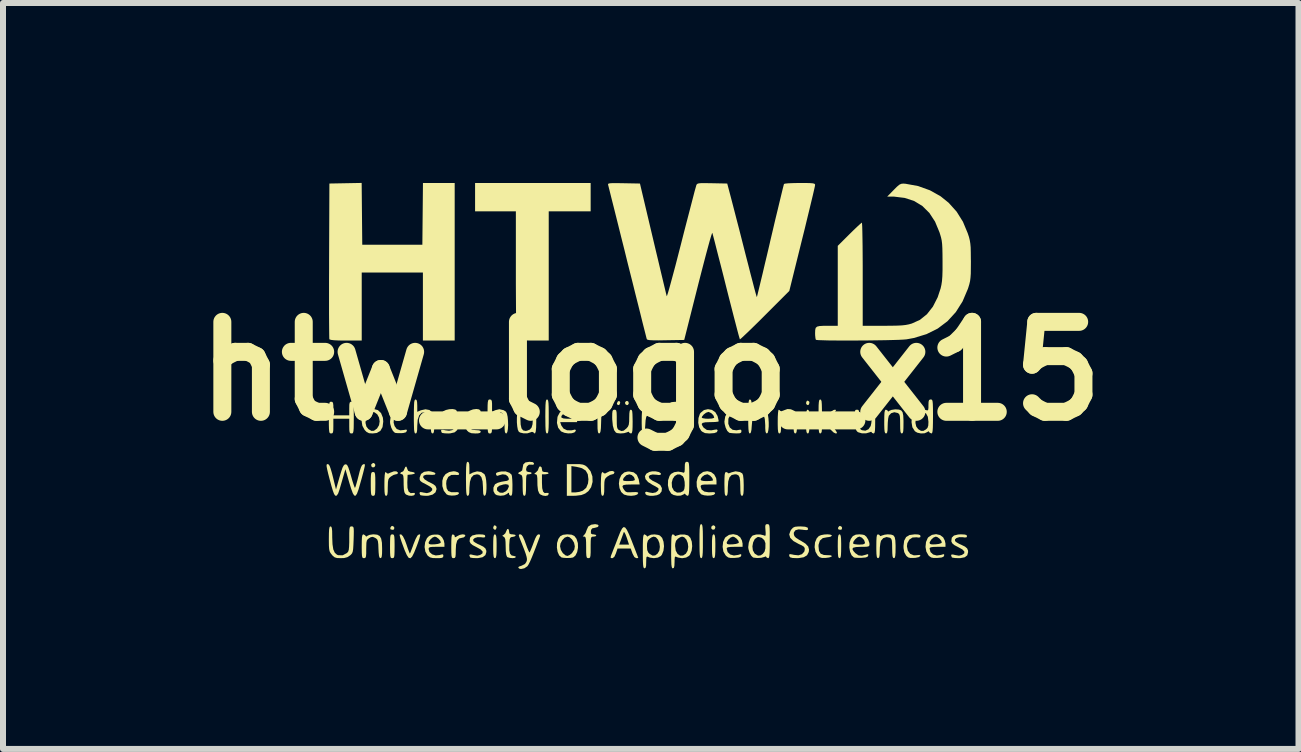
<source format=kicad_pcb>
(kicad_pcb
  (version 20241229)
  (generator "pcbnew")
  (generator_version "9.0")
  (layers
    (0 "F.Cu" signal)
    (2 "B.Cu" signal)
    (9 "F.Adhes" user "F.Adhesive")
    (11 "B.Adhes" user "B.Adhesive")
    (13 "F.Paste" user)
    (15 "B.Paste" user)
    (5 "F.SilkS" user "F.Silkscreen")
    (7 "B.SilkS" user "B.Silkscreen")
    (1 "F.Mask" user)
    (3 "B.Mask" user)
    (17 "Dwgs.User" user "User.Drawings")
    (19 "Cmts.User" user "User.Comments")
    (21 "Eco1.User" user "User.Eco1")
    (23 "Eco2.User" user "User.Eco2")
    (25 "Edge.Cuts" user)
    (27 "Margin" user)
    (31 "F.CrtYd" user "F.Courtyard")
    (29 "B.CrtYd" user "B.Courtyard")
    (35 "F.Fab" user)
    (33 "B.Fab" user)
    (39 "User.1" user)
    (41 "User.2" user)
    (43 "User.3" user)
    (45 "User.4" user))
  (footprint "htw_logo_x15"
    (layer "F.Cu")
    (at 7.8 3.138)
    (property "Reference" "htw_logo_x15" (at 0 0 0) (layer "F.SilkS") (effects (font (size 1.5 1.5) (thickness 0.3))))
    (attr board_only exclude_from_pos_files exclude_from_bom)
    (fp_poly (pts (xy -4.598 1.547) (xy -4.592 1.569) (xy -4.606 1.599) (xy -4.635 1.606) (xy -4.659 1.587) (xy -4.661 1.556) (xy -4.636 1.534) (xy -4.62 1.531)) (stroke (width 0) (type solid)) (fill yes) (layer "F.SilkS"))
    (fp_poly (pts (xy -4.282 2.595) (xy -4.275 2.613) (xy -4.281 2.64) (xy -4.309 2.646) (xy -4.34 2.636) (xy -4.343 2.613) (xy -4.324 2.585) (xy -4.309 2.58)) (stroke (width 0) (type solid)) (fill yes) (layer "F.SilkS"))
    (fp_poly (pts (xy -2.575 2.586) (xy -2.57 2.608) (xy -2.582 2.639) (xy -2.599 2.646) (xy -2.622 2.63) (xy -2.627 2.608) (xy -2.615 2.577) (xy -2.599 2.57)) (stroke (width 0) (type solid)) (fill yes) (layer "F.SilkS"))
    (fp_poly (pts (xy -0.511 0.516) (xy -0.51 0.528) (xy -0.522 0.56) (xy -0.54 0.567) (xy -0.563 0.553) (xy -0.564 0.535) (xy -0.548 0.504) (xy -0.526 0.497)) (stroke (width 0) (type solid)) (fill yes) (layer "F.SilkS"))
    (fp_poly (pts (xy 1.072 2.586) (xy 1.077 2.608) (xy 1.064 2.638) (xy 1.035 2.645) (xy 1.011 2.627) (xy 1.009 2.595) (xy 1.033 2.573) (xy 1.05 2.57)) (stroke (width 0) (type solid)) (fill yes) (layer "F.SilkS"))
    (fp_poly (pts (xy 2.641 0.507) (xy 2.646 0.529) (xy 2.634 0.56) (xy 2.617 0.567) (xy 2.594 0.551) (xy 2.589 0.529) (xy 2.601 0.498) (xy 2.617 0.491)) (stroke (width 0) (type solid)) (fill yes) (layer "F.SilkS"))
    (fp_poly (pts (xy 3.183 2.595) (xy 3.19 2.613) (xy 3.184 2.64) (xy 3.156 2.646) (xy 3.125 2.636) (xy 3.122 2.613) (xy 3.141 2.585) (xy 3.156 2.58)) (stroke (width 0) (type solid)) (fill yes) (layer "F.SilkS"))
    (fp_poly (pts (xy -0.381 0.501) (xy -0.376 0.505) (xy -0.365 0.535) (xy -0.379 0.561) (xy -0.397 0.567) (xy -0.421 0.553) (xy -0.426 0.546) (xy -0.428 0.518) (xy -0.408 0.498)) (stroke (width 0) (type solid)) (fill yes) (layer "F.SilkS"))
    (fp_poly (pts (xy -2.586 2.728) (xy -2.577 2.75) (xy -2.572 2.794) (xy -2.57 2.868) (xy -2.57 2.92) (xy -2.571 3.01) (xy -2.574 3.069) (xy -2.581 3.103) (xy -2.591 3.117) (xy -2.599 3.118) (xy -2.612 3.112) (xy -2.62 3.09) (xy -2.625 3.045) (xy -2.627 2.972) (xy -2.627 2.92) (xy -2.626 2.829) (xy -2.623 2.77) (xy -2.616 2.737) (xy -2.606 2.723) (xy -2.599 2.721)) (stroke (width 0) (type solid)) (fill yes) (layer "F.SilkS"))
    (fp_poly (pts (xy 1.062 2.728) (xy 1.07 2.75) (xy 1.075 2.794) (xy 1.077 2.868) (xy 1.077 2.92) (xy 1.076 3.01) (xy 1.073 3.069) (xy 1.067 3.103) (xy 1.056 3.117) (xy 1.049 3.118) (xy 1.036 3.112) (xy 1.028 3.09) (xy 1.023 3.045) (xy 1.021 2.972) (xy 1.021 2.92) (xy 1.021 2.829) (xy 1.025 2.77) (xy 1.031 2.737) (xy 1.041 2.723) (xy 1.049 2.721)) (stroke (width 0) (type solid)) (fill yes) (layer "F.SilkS"))
    (fp_poly (pts (xy 2.63 0.649) (xy 2.639 0.671) (xy 2.644 0.716) (xy 2.646 0.789) (xy 2.646 0.841) (xy 2.645 0.932) (xy 2.642 0.991) (xy 2.635 1.024) (xy 2.625 1.038) (xy 2.617 1.039) (xy 2.605 1.033) (xy 2.596 1.011) (xy 2.591 0.966) (xy 2.589 0.893) (xy 2.589 0.841) (xy 2.59 0.75) (xy 2.593 0.691) (xy 2.6 0.658) (xy 2.61 0.644) (xy 2.617 0.643)) (stroke (width 0) (type solid)) (fill yes) (layer "F.SilkS"))
    (fp_poly (pts (xy 3.16 2.728) (xy 3.168 2.75) (xy 3.173 2.794) (xy 3.175 2.868) (xy 3.175 2.92) (xy 3.174 3.01) (xy 3.171 3.069) (xy 3.165 3.103) (xy 3.154 3.117) (xy 3.147 3.118) (xy 3.134 3.112) (xy 3.125 3.09) (xy 3.121 3.045) (xy 3.119 2.972) (xy 3.118 2.92) (xy 3.119 2.829) (xy 3.122 2.77) (xy 3.129 2.737) (xy 3.139 2.723) (xy 3.147 2.721)) (stroke (width 0) (type solid)) (fill yes) (layer "F.SilkS"))
    (fp_poly (pts (xy -4.613 1.684) (xy -4.602 1.696) (xy -4.596 1.724) (xy -4.593 1.775) (xy -4.592 1.856) (xy -4.592 1.88) (xy -4.593 1.969) (xy -4.595 2.026) (xy -4.6 2.059) (xy -4.61 2.075) (xy -4.625 2.079) (xy -4.63 2.079) (xy -4.647 2.076) (xy -4.658 2.064) (xy -4.664 2.036) (xy -4.667 1.986) (xy -4.668 1.905) (xy -4.668 1.88) (xy -4.668 1.792) (xy -4.665 1.734) (xy -4.66 1.702) (xy -4.65 1.686) (xy -4.635 1.682) (xy -4.63 1.682)) (stroke (width 0) (type solid)) (fill yes) (layer "F.SilkS"))
    (fp_poly (pts (xy -4.292 2.724) (xy -4.281 2.736) (xy -4.275 2.764) (xy -4.272 2.815) (xy -4.271 2.895) (xy -4.271 2.92) (xy -4.272 3.008) (xy -4.274 3.066) (xy -4.279 3.099) (xy -4.289 3.114) (xy -4.304 3.118) (xy -4.309 3.118) (xy -4.326 3.116) (xy -4.337 3.104) (xy -4.343 3.076) (xy -4.346 3.025) (xy -4.347 2.945) (xy -4.347 2.92) (xy -4.346 2.831) (xy -4.344 2.774) (xy -4.339 2.741) (xy -4.329 2.726) (xy -4.314 2.722) (xy -4.309 2.721)) (stroke (width 0) (type solid)) (fill yes) (layer "F.SilkS"))
    (fp_poly (pts (xy -1.718 0.478) (xy -1.71 0.497) (xy -1.705 0.535) (xy -1.702 0.597) (xy -1.701 0.689) (xy -1.701 0.756) (xy -1.701 0.867) (xy -1.703 0.945) (xy -1.707 0.996) (xy -1.713 1.026) (xy -1.723 1.038) (xy -1.729 1.039) (xy -1.74 1.034) (xy -1.748 1.015) (xy -1.753 0.977) (xy -1.756 0.915) (xy -1.757 0.823) (xy -1.758 0.756) (xy -1.757 0.645) (xy -1.755 0.567) (xy -1.751 0.515) (xy -1.745 0.486) (xy -1.736 0.474) (xy -1.729 0.472)) (stroke (width 0) (type solid)) (fill yes) (layer "F.SilkS"))
    (fp_poly (pts (xy 0.852 2.556) (xy 0.86 2.575) (xy 0.865 2.613) (xy 0.868 2.676) (xy 0.869 2.767) (xy 0.869 2.835) (xy 0.869 2.946) (xy 0.867 3.024) (xy 0.863 3.075) (xy 0.857 3.104) (xy 0.848 3.117) (xy 0.841 3.118) (xy 0.83 3.113) (xy 0.822 3.094) (xy 0.817 3.056) (xy 0.814 2.994) (xy 0.813 2.902) (xy 0.813 2.835) (xy 0.813 2.724) (xy 0.815 2.645) (xy 0.819 2.594) (xy 0.825 2.565) (xy 0.834 2.553) (xy 0.841 2.551)) (stroke (width 0) (type solid)) (fill yes) (layer "F.SilkS"))
    (fp_poly (pts (xy -1.002 -2.901) (xy -1.002 -2.665) (xy -1.351 -2.665) (xy -1.701 -2.665) (xy -1.701 -1.588) (xy -1.701 -0.51) (xy -1.962 -0.51) (xy -2.058 -0.511) (xy -2.14 -0.514) (xy -2.201 -0.517) (xy -2.233 -0.521) (xy -2.236 -0.523) (xy -2.239 -0.544) (xy -2.241 -0.599) (xy -2.243 -0.685) (xy -2.245 -0.798) (xy -2.246 -0.936) (xy -2.247 -1.094) (xy -2.248 -1.27) (xy -2.249 -1.459) (xy -2.249 -1.6) (xy -2.249 -2.665) (xy -2.589 -2.665) (xy -2.929 -2.665) (xy -2.929 -2.901) (xy -2.929 -3.137) (xy -1.965 -3.137) (xy -1.002 -3.137)) (stroke (width 0) (type solid)) (fill yes) (layer "F.SilkS"))
    (fp_poly (pts (xy -3.258 1.672) (xy -3.211 1.688) (xy -3.194 1.712) (xy -3.203 1.73) (xy -3.235 1.732) (xy -3.256 1.729) (xy -3.326 1.731) (xy -3.377 1.764) (xy -3.406 1.825) (xy -3.411 1.876) (xy -3.403 1.953) (xy -3.377 1.999) (xy -3.327 2.018) (xy -3.275 2.019) (xy -3.223 2.017) (xy -3.2 2.025) (xy -3.198 2.041) (xy -3.219 2.06) (xy -3.263 2.072) (xy -3.318 2.075) (xy -3.37 2.069) (xy -3.403 2.055) (xy -3.45 1.996) (xy -3.475 1.917) (xy -3.475 1.828) (xy -3.459 1.769) (xy -3.421 1.717) (xy -3.36 1.682) (xy -3.288 1.669)) (stroke (width 0) (type solid)) (fill yes) (layer "F.SilkS"))
    (fp_poly (pts (xy -0.611 1.676) (xy -0.605 1.691) (xy -0.62 1.715) (xy -0.64 1.72) (xy -0.679 1.731) (xy -0.724 1.758) (xy -0.725 1.759) (xy -0.751 1.782) (xy -0.766 1.809) (xy -0.773 1.85) (xy -0.775 1.915) (xy -0.775 1.938) (xy -0.776 2.013) (xy -0.782 2.056) (xy -0.793 2.076) (xy -0.803 2.079) (xy -0.816 2.073) (xy -0.825 2.05) (xy -0.829 2.006) (xy -0.831 1.933) (xy -0.832 1.88) (xy -0.829 1.779) (xy -0.823 1.714) (xy -0.811 1.684) (xy -0.795 1.687) (xy -0.784 1.701) (xy -0.761 1.707) (xy -0.732 1.692) (xy -0.685 1.669) (xy -0.641 1.664)) (stroke (width 0) (type solid)) (fill yes) (layer "F.SilkS"))
    (fp_poly (pts (xy 2.992 2.725) (xy 3.017 2.736) (xy 3.019 2.745) (xy 2.997 2.761) (xy 2.952 2.769) (xy 2.943 2.769) (xy 2.868 2.784) (xy 2.82 2.826) (xy 2.798 2.894) (xy 2.797 2.919) (xy 2.805 2.996) (xy 2.833 3.044) (xy 2.885 3.065) (xy 2.938 3.068) (xy 2.996 3.07) (xy 3.02 3.081) (xy 3.011 3.095) (xy 2.973 3.107) (xy 2.918 3.114) (xy 2.856 3.115) (xy 2.816 3.103) (xy 2.785 3.077) (xy 2.747 3.012) (xy 2.732 2.935) (xy 2.739 2.856) (xy 2.767 2.788) (xy 2.802 2.75) (xy 2.84 2.734) (xy 2.892 2.724) (xy 2.946 2.721)) (stroke (width 0) (type solid)) (fill yes) (layer "F.SilkS"))
    (fp_poly (pts (xy -3.843 2.727) (xy -3.846 2.748) (xy -3.859 2.796) (xy -3.882 2.864) (xy -3.906 2.928) (xy -3.946 3.028) (xy -3.979 3.092) (xy -4.008 3.12) (xy -4.037 3.112) (xy -4.067 3.067) (xy -4.103 2.986) (xy -4.125 2.927) (xy -4.154 2.848) (xy -4.175 2.783) (xy -4.186 2.74) (xy -4.188 2.726) (xy -4.162 2.721) (xy -4.132 2.753) (xy -4.099 2.819) (xy -4.073 2.89) (xy -4.05 2.959) (xy -4.03 3.012) (xy -4.018 3.04) (xy -4.017 3.043) (xy -4.008 3.026) (xy -3.991 2.982) (xy -3.967 2.919) (xy -3.957 2.889) (xy -3.92 2.797) (xy -3.889 2.74) (xy -3.861 2.72)) (stroke (width 0) (type solid)) (fill yes) (layer "F.SilkS"))
    (fp_poly (pts (xy -2.862 0.638) (xy -2.837 0.662) (xy -2.835 0.674) (xy -2.844 0.691) (xy -2.878 0.692) (xy -2.899 0.689) (xy -2.966 0.691) (xy -3.013 0.725) (xy -3.039 0.788) (xy -3.043 0.833) (xy -3.037 0.909) (xy -3.016 0.955) (xy -2.974 0.978) (xy -2.919 0.983) (xy -2.863 0.987) (xy -2.838 0.999) (xy -2.835 1.011) (xy -2.845 1.029) (xy -2.881 1.038) (xy -2.926 1.039) (xy -2.99 1.035) (xy -3.034 1.017) (xy -3.063 0.991) (xy -3.098 0.929) (xy -3.112 0.851) (xy -3.104 0.772) (xy -3.075 0.706) (xy -3.065 0.693) (xy -3.019 0.659) (xy -2.963 0.638) (xy -2.907 0.631)) (stroke (width 0) (type solid)) (fill yes) (layer "F.SilkS"))
    (fp_poly (pts (xy 0.074 0.655) (xy 0.076 0.669) (xy 0.062 0.688) (xy 0.041 0.687) (xy 0.003 0.692) (xy -0.038 0.715) (xy -0.063 0.739) (xy -0.077 0.771) (xy -0.086 0.82) (xy -0.091 0.896) (xy -0.097 0.974) (xy -0.106 1.02) (xy -0.119 1.038) (xy -0.125 1.039) (xy -0.137 1.032) (xy -0.145 1.005) (xy -0.149 0.953) (xy -0.151 0.87) (xy -0.151 0.841) (xy -0.15 0.75) (xy -0.147 0.691) (xy -0.141 0.658) (xy -0.13 0.644) (xy -0.123 0.643) (xy -0.098 0.658) (xy -0.094 0.671) (xy -0.089 0.687) (xy -0.067 0.679) (xy -0.039 0.659) (xy 0.011 0.634) (xy 0.051 0.633)) (stroke (width 0) (type solid)) (fill yes) (layer "F.SilkS"))
    (fp_poly (pts (xy 4.461 2.724) (xy 4.49 2.734) (xy 4.498 2.752) (xy 4.491 2.771) (xy 4.463 2.775) (xy 4.432 2.77) (xy 4.364 2.774) (xy 4.311 2.809) (xy 4.278 2.868) (xy 4.271 2.92) (xy 4.286 2.993) (xy 4.326 3.046) (xy 4.386 3.071) (xy 4.434 3.069) (xy 4.479 3.064) (xy 4.495 3.071) (xy 4.494 3.083) (xy 4.469 3.101) (xy 4.412 3.113) (xy 4.39 3.114) (xy 4.33 3.115) (xy 4.293 3.106) (xy 4.264 3.082) (xy 4.254 3.069) (xy 4.227 3.019) (xy 4.215 2.953) (xy 4.214 2.916) (xy 4.225 2.827) (xy 4.258 2.766) (xy 4.316 2.732) (xy 4.403 2.721)) (stroke (width 0) (type solid)) (fill yes) (layer "F.SilkS"))
    (fp_poly (pts (xy -4.241 1.671) (xy -4.217 1.689) (xy -4.214 1.7) (xy -4.23 1.716) (xy -4.25 1.72) (xy -4.289 1.731) (xy -4.334 1.758) (xy -4.335 1.759) (xy -4.361 1.782) (xy -4.375 1.809) (xy -4.382 1.85) (xy -4.384 1.915) (xy -4.385 1.938) (xy -4.386 2.013) (xy -4.391 2.056) (xy -4.402 2.076) (xy -4.413 2.079) (xy -4.426 2.073) (xy -4.434 2.05) (xy -4.439 2.006) (xy -4.441 1.933) (xy -4.441 1.88) (xy -4.44 1.799) (xy -4.436 1.734) (xy -4.429 1.692) (xy -4.424 1.682) (xy -4.402 1.697) (xy -4.4 1.702) (xy -4.38 1.709) (xy -4.337 1.69) (xy -4.335 1.69) (xy -4.284 1.671)) (stroke (width 0) (type solid)) (fill yes) (layer "F.SilkS"))
    (fp_poly (pts (xy -3.105 2.725) (xy -3.091 2.742) (xy -3.093 2.75) (xy -3.118 2.772) (xy -3.146 2.778) (xy -3.195 2.79) (xy -3.228 2.826) (xy -3.246 2.892) (xy -3.251 2.983) (xy -3.252 3.053) (xy -3.256 3.094) (xy -3.266 3.113) (xy -3.284 3.118) (xy -3.288 3.118) (xy -3.305 3.116) (xy -3.316 3.104) (xy -3.322 3.076) (xy -3.325 3.025) (xy -3.326 2.945) (xy -3.326 2.92) (xy -3.325 2.829) (xy -3.322 2.77) (xy -3.316 2.737) (xy -3.305 2.723) (xy -3.298 2.721) (xy -3.273 2.737) (xy -3.269 2.751) (xy -3.266 2.77) (xy -3.249 2.765) (xy -3.227 2.751) (xy -3.184 2.73) (xy -3.139 2.721)) (stroke (width 0) (type solid)) (fill yes) (layer "F.SilkS"))
    (fp_poly (pts (xy 0.61 0.511) (xy 0.669 0.514) (xy 0.703 0.521) (xy 0.717 0.531) (xy 0.718 0.539) (xy 0.707 0.557) (xy 0.669 0.566) (xy 0.633 0.567) (xy 0.548 0.567) (xy 0.548 0.803) (xy 0.547 0.903) (xy 0.545 0.971) (xy 0.54 1.013) (xy 0.532 1.034) (xy 0.52 1.039) (xy 0.52 1.039) (xy 0.508 1.034) (xy 0.5 1.013) (xy 0.495 0.972) (xy 0.492 0.905) (xy 0.491 0.805) (xy 0.491 0.803) (xy 0.491 0.567) (xy 0.406 0.567) (xy 0.35 0.563) (xy 0.325 0.551) (xy 0.321 0.539) (xy 0.327 0.526) (xy 0.35 0.517) (xy 0.394 0.512) (xy 0.467 0.51) (xy 0.52 0.51)) (stroke (width 0) (type solid)) (fill yes) (layer "F.SilkS"))
    (fp_poly (pts (xy -4.085 0.647) (xy -4.064 0.669) (xy -4.063 0.674) (xy -4.073 0.691) (xy -4.107 0.692) (xy -4.128 0.689) (xy -4.18 0.686) (xy -4.219 0.705) (xy -4.242 0.725) (xy -4.282 0.786) (xy -4.287 0.859) (xy -4.271 0.916) (xy -4.235 0.965) (xy -4.177 0.987) (xy -4.114 0.981) (xy -4.077 0.974) (xy -4.066 0.984) (xy -4.067 0.998) (xy -4.083 1.02) (xy -4.124 1.031) (xy -4.158 1.034) (xy -4.215 1.034) (xy -4.258 1.03) (xy -4.267 1.027) (xy -4.299 0.997) (xy -4.326 0.943) (xy -4.344 0.879) (xy -4.347 0.843) (xy -4.336 0.753) (xy -4.301 0.69) (xy -4.244 0.651) (xy -4.187 0.636) (xy -4.13 0.635)) (stroke (width 0) (type solid)) (fill yes) (layer "F.SilkS"))
    (fp_poly (pts (xy -1.182 1.551) (xy -1.131 1.558) (xy -1.094 1.573) (xy -1.061 1.598) (xy -1.004 1.668) (xy -0.973 1.755) (xy -0.97 1.847) (xy -0.994 1.935) (xy -1.039 2) (xy -1.093 2.041) (xy -1.158 2.066) (xy -1.246 2.077) (xy -1.306 2.079) (xy -1.399 2.079) (xy -1.399 1.814) (xy -1.399 1.803) (xy -1.323 1.803) (xy -1.323 2.022) (xy -1.256 2.022) (xy -1.191 2.013) (xy -1.132 1.993) (xy -1.076 1.945) (xy -1.046 1.872) (xy -1.039 1.804) (xy -1.05 1.719) (xy -1.084 1.658) (xy -1.146 1.619) (xy -1.235 1.596) (xy -1.323 1.583) (xy -1.323 1.803) (xy -1.399 1.803) (xy -1.399 1.55) (xy -1.258 1.55)) (stroke (width 0) (type solid)) (fill yes) (layer "F.SilkS"))
    (fp_poly (pts (xy 1.454 0.637) (xy 1.496 0.651) (xy 1.512 0.675) (xy 1.502 0.693) (xy 1.468 0.692) (xy 1.454 0.69) (xy 1.386 0.691) (xy 1.331 0.725) (xy 1.297 0.785) (xy 1.294 0.799) (xy 1.293 0.878) (xy 1.318 0.94) (xy 1.365 0.978) (xy 1.429 0.987) (xy 1.46 0.981) (xy 1.497 0.975) (xy 1.511 0.988) (xy 1.512 1.003) (xy 1.506 1.025) (xy 1.484 1.036) (xy 1.435 1.038) (xy 1.422 1.038) (xy 1.364 1.035) (xy 1.319 1.03) (xy 1.308 1.027) (xy 1.276 0.997) (xy 1.249 0.943) (xy 1.232 0.879) (xy 1.228 0.841) (xy 1.242 0.755) (xy 1.281 0.687) (xy 1.339 0.646) (xy 1.342 0.645) (xy 1.399 0.634)) (stroke (width 0) (type solid)) (fill yes) (layer "F.SilkS"))
    (fp_poly (pts (xy -4.815 -2.623) (xy -4.81 -2.107) (xy -4.309 -2.107) (xy -3.808 -2.107) (xy -3.803 -2.622) (xy -3.798 -3.137) (xy -3.534 -3.137) (xy -3.269 -3.137) (xy -3.269 -1.824) (xy -3.269 -0.51) (xy -3.534 -0.51) (xy -3.799 -0.51) (xy -3.799 -1.077) (xy -3.799 -1.644) (xy -4.309 -1.644) (xy -4.819 -1.644) (xy -4.819 -1.077) (xy -4.819 -0.51) (xy -5.084 -0.51) (xy -5.199 -0.511) (xy -5.28 -0.515) (xy -5.33 -0.521) (xy -5.355 -0.529) (xy -5.359 -0.534) (xy -5.36 -0.556) (xy -5.361 -0.613) (xy -5.362 -0.702) (xy -5.363 -0.819) (xy -5.364 -0.961) (xy -5.364 -1.126) (xy -5.364 -1.309) (xy -5.364 -1.508) (xy -5.363 -1.719) (xy -5.363 -1.843) (xy -5.358 -3.128) (xy -5.089 -3.133) (xy -4.82 -3.138)) (stroke (width 0) (type solid)) (fill yes) (layer "F.SilkS"))
    (fp_poly (pts (xy -4.549 0.65) (xy -4.497 0.699) (xy -4.466 0.776) (xy -4.46 0.841) (xy -4.472 0.933) (xy -4.508 0.996) (xy -4.569 1.031) (xy -4.637 1.039) (xy -4.697 1.035) (xy -4.737 1.015) (xy -4.77 0.981) (xy -4.808 0.912) (xy -4.816 0.863) (xy -4.756 0.863) (xy -4.741 0.924) (xy -4.708 0.966) (xy -4.658 0.996) (xy -4.615 0.994) (xy -4.567 0.959) (xy -4.563 0.955) (xy -4.53 0.901) (xy -4.52 0.837) (xy -4.531 0.773) (xy -4.56 0.72) (xy -4.605 0.687) (xy -4.638 0.68) (xy -4.689 0.697) (xy -4.727 0.74) (xy -4.75 0.798) (xy -4.756 0.863) (xy -4.816 0.863) (xy -4.82 0.835) (xy -4.807 0.758) (xy -4.772 0.694) (xy -4.717 0.65) (xy -4.705 0.645) (xy -4.62 0.631)) (stroke (width 0) (type solid)) (fill yes) (layer "F.SilkS"))
    (fp_poly (pts (xy -2.363 2.659) (xy -2.362 2.674) (xy -2.356 2.708) (xy -2.33 2.72) (xy -2.306 2.721) (xy -2.262 2.728) (xy -2.251 2.743) (xy -2.275 2.758) (xy -2.301 2.763) (xy -2.328 2.768) (xy -2.344 2.781) (xy -2.353 2.811) (xy -2.357 2.867) (xy -2.359 2.898) (xy -2.358 2.987) (xy -2.346 3.043) (xy -2.32 3.073) (xy -2.284 3.081) (xy -2.255 3.089) (xy -2.249 3.099) (xy -2.265 3.113) (xy -2.303 3.118) (xy -2.348 3.114) (xy -2.386 3.103) (xy -2.396 3.096) (xy -2.409 3.064) (xy -2.417 3.002) (xy -2.419 2.926) (xy -2.421 2.849) (xy -2.426 2.801) (xy -2.438 2.773) (xy -2.452 2.761) (xy -2.475 2.746) (xy -2.464 2.735) (xy -2.454 2.731) (xy -2.425 2.704) (xy -2.411 2.673) (xy -2.394 2.635) (xy -2.375 2.631)) (stroke (width 0) (type solid)) (fill yes) (layer "F.SilkS"))
    (fp_poly (pts (xy -1.82 1.604) (xy -1.814 1.635) (xy -1.808 1.669) (xy -1.782 1.681) (xy -1.758 1.682) (xy -1.718 1.687) (xy -1.701 1.701) (xy -1.701 1.701) (xy -1.717 1.714) (xy -1.757 1.72) (xy -1.758 1.72) (xy -1.814 1.72) (xy -1.814 1.859) (xy -1.81 1.951) (xy -1.795 2.008) (xy -1.77 2.033) (xy -1.732 2.03) (xy -1.732 2.03) (xy -1.706 2.031) (xy -1.701 2.048) (xy -1.716 2.072) (xy -1.753 2.081) (xy -1.798 2.075) (xy -1.841 2.056) (xy -1.86 2.037) (xy -1.88 1.987) (xy -1.889 1.906) (xy -1.89 1.857) (xy -1.891 1.785) (xy -1.896 1.743) (xy -1.906 1.724) (xy -1.923 1.719) (xy -1.942 1.715) (xy -1.931 1.701) (xy -1.914 1.688) (xy -1.882 1.654) (xy -1.871 1.623) (xy -1.859 1.594) (xy -1.843 1.587)) (stroke (width 0) (type solid)) (fill yes) (layer "F.SilkS"))
    (fp_poly (pts (xy -4.061 1.623) (xy -4.06 1.63) (xy -4.045 1.662) (xy -4.007 1.677) (xy -3.992 1.678) (xy -3.951 1.687) (xy -3.931 1.7) (xy -3.931 1.701) (xy -3.948 1.714) (xy -3.988 1.723) (xy -3.992 1.723) (xy -4.054 1.729) (xy -4.059 1.855) (xy -4.056 1.948) (xy -4.037 2.008) (xy -4.003 2.034) (xy -3.967 2.031) (xy -3.937 2.031) (xy -3.931 2.049) (xy -3.947 2.07) (xy -3.985 2.079) (xy -4.032 2.076) (xy -4.075 2.06) (xy -4.09 2.049) (xy -4.107 2.02) (xy -4.116 1.97) (xy -4.12 1.891) (xy -4.12 1.87) (xy -4.121 1.792) (xy -4.126 1.746) (xy -4.136 1.724) (xy -4.148 1.72) (xy -4.173 1.71) (xy -4.177 1.701) (xy -4.161 1.684) (xy -4.149 1.682) (xy -4.124 1.666) (xy -4.109 1.635) (xy -4.092 1.596) (xy -4.074 1.592)) (stroke (width 0) (type solid)) (fill yes) (layer "F.SilkS"))
    (fp_poly (pts (xy -0.702 0.477) (xy -0.685 0.49) (xy -0.686 0.496) (xy -0.709 0.513) (xy -0.734 0.515) (xy -0.778 0.528) (xy -0.805 0.557) (xy -0.824 0.604) (xy -0.811 0.633) (xy -0.765 0.643) (xy -0.764 0.643) (xy -0.726 0.65) (xy -0.721 0.665) (xy -0.747 0.679) (xy -0.77 0.684) (xy -0.822 0.69) (xy -0.828 0.865) (xy -0.831 0.95) (xy -0.837 1.003) (xy -0.847 1.031) (xy -0.86 1.039) (xy -0.861 1.039) (xy -0.874 1.032) (xy -0.882 1.007) (xy -0.887 0.958) (xy -0.888 0.878) (xy -0.888 0.861) (xy -0.889 0.778) (xy -0.891 0.725) (xy -0.898 0.696) (xy -0.91 0.681) (xy -0.929 0.675) (xy -0.931 0.675) (xy -0.973 0.666) (xy -0.931 0.652) (xy -0.895 0.624) (xy -0.888 0.597) (xy -0.872 0.532) (xy -0.828 0.489) (xy -0.759 0.473) (xy -0.753 0.472)) (stroke (width 0) (type solid)) (fill yes) (layer "F.SilkS"))
    (fp_poly (pts (xy 0.083 1.671) (xy 0.134 1.682) (xy 0.165 1.701) (xy 0.17 1.713) (xy 0.161 1.73) (xy 0.128 1.732) (xy 0.106 1.728) (xy 0.032 1.723) (xy -0.015 1.734) (xy -0.034 1.758) (xy -0.021 1.79) (xy 0.026 1.825) (xy 0.046 1.835) (xy 0.103 1.863) (xy 0.148 1.891) (xy 0.16 1.901) (xy 0.186 1.951) (xy 0.181 2.005) (xy 0.147 2.049) (xy 0.147 2.049) (xy 0.102 2.069) (xy 0.043 2.078) (xy -0.017 2.078) (xy -0.065 2.068) (xy -0.088 2.05) (xy -0.093 2.018) (xy -0.071 2.01) (xy -0.028 2.022) (xy 0.032 2.032) (xy 0.086 2.021) (xy 0.122 1.991) (xy 0.132 1.961) (xy 0.117 1.945) (xy 0.076 1.92) (xy 0.028 1.895) (xy -0.045 1.849) (xy -0.087 1.8) (xy -0.097 1.752) (xy -0.074 1.71) (xy -0.025 1.681) (xy 0.026 1.67)) (stroke (width 0) (type solid)) (fill yes) (layer "F.SilkS"))
    (fp_poly (pts (xy -1.924 0.649) (xy -1.916 0.671) (xy -1.911 0.716) (xy -1.909 0.789) (xy -1.909 0.841) (xy -1.911 0.942) (xy -1.918 1.008) (xy -1.929 1.038) (xy -1.946 1.035) (xy -1.956 1.02) (xy -1.981 1.012) (xy -2.003 1.02) (xy -2.058 1.037) (xy -2.122 1.037) (xy -2.178 1.024) (xy -2.2 1.01) (xy -2.216 0.977) (xy -2.226 0.922) (xy -2.232 0.854) (xy -2.232 0.782) (xy -2.228 0.717) (xy -2.219 0.667) (xy -2.205 0.643) (xy -2.202 0.643) (xy -2.187 0.65) (xy -2.178 0.676) (xy -2.174 0.727) (xy -2.173 0.792) (xy -2.169 0.89) (xy -2.155 0.954) (xy -2.128 0.988) (xy -2.087 0.997) (xy -2.062 0.993) (xy -2.016 0.974) (xy -1.987 0.94) (xy -1.971 0.885) (xy -1.966 0.8) (xy -1.965 0.781) (xy -1.964 0.707) (xy -1.958 0.664) (xy -1.947 0.645) (xy -1.937 0.643)) (stroke (width 0) (type solid)) (fill yes) (layer "F.SilkS"))
    (fp_poly (pts (xy -1.319 2.727) (xy -1.273 2.749) (xy -1.24 2.793) (xy -1.237 2.798) (xy -1.215 2.868) (xy -1.213 2.944) (xy -1.227 3.017) (xy -1.256 3.075) (xy -1.295 3.107) (xy -1.339 3.114) (xy -1.4 3.116) (xy -1.458 3.112) (xy -1.489 3.106) (xy -1.527 3.072) (xy -1.553 3.013) (xy -1.565 2.94) (xy -1.564 2.92) (xy -1.512 2.92) (xy -1.499 2.98) (xy -1.466 3.034) (xy -1.423 3.071) (xy -1.389 3.081) (xy -1.356 3.068) (xy -1.316 3.037) (xy -1.313 3.034) (xy -1.274 2.973) (xy -1.266 2.92) (xy -1.279 2.86) (xy -1.312 2.806) (xy -1.355 2.769) (xy -1.389 2.759) (xy -1.435 2.776) (xy -1.476 2.819) (xy -1.505 2.875) (xy -1.512 2.92) (xy -1.564 2.92) (xy -1.562 2.865) (xy -1.541 2.798) (xy -1.508 2.752) (xy -1.464 2.729) (xy -1.396 2.721) (xy -1.389 2.721)) (stroke (width 0) (type solid)) (fill yes) (layer "F.SilkS"))
    (fp_poly (pts (xy -3.665 1.673) (xy -3.609 1.689) (xy -3.588 1.709) (xy -3.6 1.725) (xy -3.645 1.73) (xy -3.671 1.728) (xy -3.745 1.727) (xy -3.787 1.742) (xy -3.796 1.769) (xy -3.771 1.804) (xy -3.712 1.842) (xy -3.692 1.851) (xy -3.626 1.885) (xy -3.589 1.915) (xy -3.574 1.951) (xy -3.572 1.97) (xy -3.589 2.021) (xy -3.636 2.058) (xy -3.707 2.077) (xy -3.739 2.079) (xy -3.795 2.076) (xy -3.834 2.07) (xy -3.843 2.066) (xy -3.855 2.037) (xy -3.855 2.03) (xy -3.846 2.016) (xy -3.814 2.019) (xy -3.788 2.025) (xy -3.732 2.034) (xy -3.689 2.022) (xy -3.675 2.014) (xy -3.644 1.986) (xy -3.644 1.958) (xy -3.675 1.928) (xy -3.74 1.891) (xy -3.753 1.884) (xy -3.811 1.854) (xy -3.841 1.831) (xy -3.853 1.806) (xy -3.852 1.772) (xy -3.83 1.714) (xy -3.78 1.679) (xy -3.707 1.668)) (stroke (width 0) (type solid)) (fill yes) (layer "F.SilkS"))
    (fp_poly (pts (xy 1.486 1.682) (xy 1.526 1.705) (xy 1.539 1.736) (xy 1.547 1.803) (xy 1.55 1.902) (xy 1.549 1.987) (xy 1.545 2.04) (xy 1.537 2.069) (xy 1.525 2.079) (xy 1.521 2.079) (xy 1.507 2.072) (xy 1.498 2.047) (xy 1.494 1.996) (xy 1.493 1.922) (xy 1.49 1.831) (xy 1.481 1.771) (xy 1.462 1.737) (xy 1.43 1.722) (xy 1.404 1.72) (xy 1.349 1.732) (xy 1.313 1.77) (xy 1.292 1.838) (xy 1.285 1.937) (xy 1.284 2.012) (xy 1.278 2.056) (xy 1.268 2.076) (xy 1.257 2.079) (xy 1.244 2.073) (xy 1.235 2.05) (xy 1.231 2.006) (xy 1.229 1.933) (xy 1.228 1.88) (xy 1.229 1.79) (xy 1.232 1.731) (xy 1.239 1.697) (xy 1.249 1.684) (xy 1.257 1.682) (xy 1.282 1.691) (xy 1.285 1.699) (xy 1.3 1.704) (xy 1.335 1.692) (xy 1.343 1.688) (xy 1.414 1.67)) (stroke (width 0) (type solid)) (fill yes) (layer "F.SilkS"))
    (fp_poly (pts (xy -3.258 0.641) (xy -3.233 0.663) (xy -3.232 0.673) (xy -3.241 0.689) (xy -3.274 0.692) (xy -3.307 0.688) (xy -3.371 0.687) (xy -3.418 0.703) (xy -3.439 0.734) (xy -3.44 0.739) (xy -3.424 0.755) (xy -3.383 0.782) (xy -3.326 0.813) (xy -3.264 0.846) (xy -3.23 0.872) (xy -3.215 0.898) (xy -3.213 0.923) (xy -3.227 0.983) (xy -3.271 1.021) (xy -3.346 1.038) (xy -3.377 1.039) (xy -3.433 1.037) (xy -3.474 1.031) (xy -3.484 1.027) (xy -3.496 0.998) (xy -3.496 0.991) (xy -3.487 0.977) (xy -3.455 0.979) (xy -3.427 0.986) (xy -3.363 0.994) (xy -3.309 0.983) (xy -3.276 0.957) (xy -3.269 0.936) (xy -3.286 0.912) (xy -3.328 0.881) (xy -3.373 0.856) (xy -3.445 0.814) (xy -3.484 0.773) (xy -3.493 0.729) (xy -3.487 0.701) (xy -3.462 0.67) (xy -3.416 0.648) (xy -3.36 0.635) (xy -3.304 0.632)) (stroke (width 0) (type solid)) (fill yes) (layer "F.SilkS"))
    (fp_poly (pts (xy -2.8 2.724) (xy -2.769 2.732) (xy -2.759 2.75) (xy -2.759 2.751) (xy -2.766 2.77) (xy -2.794 2.774) (xy -2.83 2.769) (xy -2.887 2.768) (xy -2.934 2.782) (xy -2.96 2.805) (xy -2.958 2.834) (xy -2.934 2.854) (xy -2.887 2.881) (xy -2.857 2.894) (xy -2.792 2.926) (xy -2.757 2.956) (xy -2.742 2.992) (xy -2.741 3.016) (xy -2.757 3.068) (xy -2.805 3.103) (xy -2.882 3.118) (xy -2.904 3.118) (xy -2.961 3.116) (xy -3.001 3.11) (xy -3.011 3.106) (xy -3.023 3.077) (xy -3.024 3.07) (xy -3.015 3.056) (xy -2.984 3.059) (xy -2.958 3.066) (xy -2.893 3.077) (xy -2.844 3.065) (xy -2.805 3.038) (xy -2.803 3.008) (xy -2.836 2.973) (xy -2.906 2.934) (xy -2.969 2.901) (xy -3.004 2.872) (xy -3.019 2.842) (xy -3.02 2.832) (xy -3.013 2.777) (xy -2.977 2.741) (xy -2.909 2.724) (xy -2.862 2.721)) (stroke (width 0) (type solid)) (fill yes) (layer "F.SilkS"))
    (fp_poly (pts (xy -1.326 0.646) (xy -1.268 0.692) (xy -1.266 0.694) (xy -1.239 0.746) (xy -1.228 0.796) (xy -1.228 0.85) (xy -1.369 0.85) (xy -1.51 0.85) (xy -1.491 0.906) (xy -1.454 0.958) (xy -1.395 0.986) (xy -1.322 0.987) (xy -1.303 0.983) (xy -1.264 0.974) (xy -1.25 0.982) (xy -1.251 0.998) (xy -1.273 1.022) (xy -1.319 1.036) (xy -1.379 1.038) (xy -1.44 1.028) (xy -1.49 1.007) (xy -1.498 1.002) (xy -1.544 0.943) (xy -1.564 0.863) (xy -1.556 0.774) (xy -1.49 0.774) (xy -1.455 0.789) (xy -1.39 0.794) (xy -1.331 0.793) (xy -1.302 0.787) (xy -1.295 0.774) (xy -1.302 0.751) (xy -1.335 0.707) (xy -1.384 0.687) (xy -1.435 0.695) (xy -1.455 0.708) (xy -1.489 0.748) (xy -1.49 0.774) (xy -1.556 0.774) (xy -1.556 0.772) (xy -1.551 0.753) (xy -1.515 0.687) (xy -1.459 0.646) (xy -1.393 0.631)) (stroke (width 0) (type solid)) (fill yes) (layer "F.SilkS"))
    (fp_poly (pts (xy -0.882 2.56) (xy -0.868 2.579) (xy -0.885 2.599) (xy -0.931 2.612) (xy -0.975 2.621) (xy -0.994 2.646) (xy -0.998 2.669) (xy -0.997 2.707) (xy -0.976 2.72) (xy -0.956 2.721) (xy -0.92 2.728) (xy -0.907 2.74) (xy -0.923 2.755) (xy -0.954 2.759) (xy -0.976 2.76) (xy -0.99 2.769) (xy -0.998 2.792) (xy -1.001 2.836) (xy -1.002 2.908) (xy -1.002 2.939) (xy -1.002 3.022) (xy -1.005 3.075) (xy -1.011 3.104) (xy -1.023 3.116) (xy -1.039 3.118) (xy -1.057 3.116) (xy -1.068 3.103) (xy -1.074 3.073) (xy -1.077 3.019) (xy -1.077 2.939) (xy -1.078 2.855) (xy -1.081 2.802) (xy -1.088 2.772) (xy -1.099 2.76) (xy -1.11 2.759) (xy -1.133 2.756) (xy -1.123 2.743) (xy -1.113 2.735) (xy -1.087 2.7) (xy -1.069 2.651) (xy -1.069 2.65) (xy -1.042 2.591) (xy -0.992 2.56) (xy -0.927 2.551)) (stroke (width 0) (type solid)) (fill yes) (layer "F.SilkS"))
    (fp_poly (pts (xy 1.671 0.482) (xy 1.68 0.515) (xy 1.682 0.575) (xy 1.682 0.678) (xy 1.743 0.653) (xy 1.819 0.636) (xy 1.886 0.647) (xy 1.936 0.684) (xy 1.938 0.687) (xy 1.953 0.725) (xy 1.962 0.784) (xy 1.967 0.853) (xy 1.967 0.923) (xy 1.961 0.984) (xy 1.951 1.026) (xy 1.937 1.039) (xy 1.922 1.032) (xy 1.913 1.005) (xy 1.909 0.951) (xy 1.909 0.902) (xy 1.902 0.798) (xy 1.882 0.728) (xy 1.847 0.69) (xy 1.807 0.68) (xy 1.754 0.694) (xy 1.717 0.736) (xy 1.694 0.809) (xy 1.685 0.899) (xy 1.679 0.977) (xy 1.67 1.021) (xy 1.656 1.039) (xy 1.652 1.039) (xy 1.641 1.033) (xy 1.634 1.01) (xy 1.629 0.965) (xy 1.626 0.894) (xy 1.625 0.791) (xy 1.625 0.756) (xy 1.626 0.645) (xy 1.628 0.567) (xy 1.632 0.515) (xy 1.638 0.486) (xy 1.647 0.474) (xy 1.654 0.472)) (stroke (width 0) (type solid)) (fill yes) (layer "F.SilkS"))
    (fp_poly (pts (xy 5.232 2.724) (xy 5.263 2.732) (xy 5.273 2.75) (xy 5.273 2.751) (xy 5.266 2.77) (xy 5.238 2.774) (xy 5.202 2.769) (xy 5.145 2.768) (xy 5.098 2.782) (xy 5.072 2.805) (xy 5.074 2.834) (xy 5.098 2.854) (xy 5.145 2.881) (xy 5.175 2.894) (xy 5.24 2.926) (xy 5.275 2.956) (xy 5.29 2.992) (xy 5.291 3.018) (xy 5.277 3.071) (xy 5.234 3.104) (xy 5.159 3.118) (xy 5.133 3.118) (xy 5.074 3.116) (xy 5.033 3.11) (xy 5.021 3.106) (xy 5.009 3.077) (xy 5.008 3.07) (xy 5.017 3.056) (xy 5.048 3.059) (xy 5.074 3.066) (xy 5.139 3.077) (xy 5.188 3.065) (xy 5.227 3.038) (xy 5.229 3.008) (xy 5.196 2.973) (xy 5.126 2.934) (xy 5.063 2.901) (xy 5.028 2.872) (xy 5.013 2.842) (xy 5.012 2.832) (xy 5.019 2.777) (xy 5.055 2.741) (xy 5.123 2.724) (xy 5.17 2.721)) (stroke (width 0) (type solid)) (fill yes) (layer "F.SilkS"))
    (fp_poly (pts (xy -3.904 0.482) (xy -3.896 0.515) (xy -3.893 0.575) (xy -3.893 0.678) (xy -3.83 0.652) (xy -3.756 0.636) (xy -3.69 0.648) (xy -3.642 0.687) (xy -3.634 0.701) (xy -3.622 0.742) (xy -3.614 0.807) (xy -3.61 0.884) (xy -3.61 0.893) (xy -3.611 0.969) (xy -3.616 1.014) (xy -3.626 1.035) (xy -3.638 1.039) (xy -3.654 1.031) (xy -3.663 1.003) (xy -3.666 0.946) (xy -3.667 0.912) (xy -3.673 0.808) (xy -3.693 0.737) (xy -3.727 0.697) (xy -3.764 0.684) (xy -3.82 0.694) (xy -3.861 0.737) (xy -3.886 0.812) (xy -3.893 0.91) (xy -3.895 0.981) (xy -3.901 1.021) (xy -3.913 1.038) (xy -3.922 1.039) (xy -3.933 1.034) (xy -3.94 1.015) (xy -3.946 0.977) (xy -3.948 0.915) (xy -3.95 0.823) (xy -3.95 0.756) (xy -3.949 0.645) (xy -3.947 0.567) (xy -3.944 0.515) (xy -3.937 0.486) (xy -3.928 0.474) (xy -3.922 0.472)) (stroke (width 0) (type solid)) (fill yes) (layer "F.SilkS"))
    (fp_poly (pts (xy -3.035 1.521) (xy -3.026 1.554) (xy -3.024 1.616) (xy -3.024 1.721) (xy -2.966 1.691) (xy -2.895 1.671) (xy -2.827 1.681) (xy -2.774 1.718) (xy -2.769 1.725) (xy -2.754 1.764) (xy -2.744 1.823) (xy -2.739 1.893) (xy -2.739 1.963) (xy -2.744 2.024) (xy -2.755 2.065) (xy -2.769 2.079) (xy -2.784 2.071) (xy -2.793 2.044) (xy -2.796 1.99) (xy -2.797 1.941) (xy -2.804 1.837) (xy -2.824 1.767) (xy -2.859 1.729) (xy -2.897 1.72) (xy -2.953 1.733) (xy -2.992 1.774) (xy -3.015 1.846) (xy -3.024 1.949) (xy -3.024 1.967) (xy -3.026 2.032) (xy -3.034 2.067) (xy -3.049 2.079) (xy -3.052 2.079) (xy -3.063 2.074) (xy -3.071 2.055) (xy -3.076 2.017) (xy -3.079 1.955) (xy -3.08 1.863) (xy -3.081 1.795) (xy -3.08 1.684) (xy -3.078 1.606) (xy -3.074 1.555) (xy -3.068 1.526) (xy -3.059 1.513) (xy -3.052 1.512)) (stroke (width 0) (type solid)) (fill yes) (layer "F.SilkS"))
    (fp_poly (pts (xy 2.329 0.635) (xy 2.351 0.642) (xy 2.397 0.664) (xy 2.425 0.689) (xy 2.427 0.692) (xy 2.432 0.724) (xy 2.436 0.782) (xy 2.438 0.856) (xy 2.438 0.88) (xy 2.437 0.96) (xy 2.432 1.009) (xy 2.423 1.033) (xy 2.41 1.039) (xy 2.395 1.032) (xy 2.386 1.006) (xy 2.382 0.955) (xy 2.381 0.89) (xy 2.377 0.794) (xy 2.363 0.73) (xy 2.337 0.694) (xy 2.296 0.681) (xy 2.285 0.68) (xy 2.233 0.694) (xy 2.198 0.736) (xy 2.178 0.809) (xy 2.173 0.898) (xy 2.172 0.972) (xy 2.167 1.016) (xy 2.156 1.036) (xy 2.145 1.039) (xy 2.132 1.033) (xy 2.124 1.011) (xy 2.119 0.966) (xy 2.117 0.893) (xy 2.117 0.841) (xy 2.118 0.76) (xy 2.122 0.694) (xy 2.128 0.653) (xy 2.134 0.643) (xy 2.156 0.657) (xy 2.158 0.662) (xy 2.178 0.669) (xy 2.222 0.653) (xy 2.226 0.651) (xy 2.279 0.632)) (stroke (width 0) (type solid)) (fill yes) (layer "F.SilkS"))
    (fp_poly (pts (xy -1.968 1.517) (xy -1.948 1.533) (xy -1.947 1.542) (xy -1.957 1.562) (xy -1.985 1.559) (xy -2.033 1.56) (xy -2.067 1.591) (xy -2.079 1.637) (xy -2.07 1.671) (xy -2.038 1.682) (xy -2.032 1.682) (xy -1.996 1.688) (xy -1.984 1.701) (xy -2.001 1.715) (xy -2.032 1.72) (xy -2.054 1.721) (xy -2.067 1.729) (xy -2.075 1.752) (xy -2.078 1.796) (xy -2.079 1.869) (xy -2.079 1.899) (xy -2.08 1.985) (xy -2.084 2.039) (xy -2.091 2.068) (xy -2.103 2.078) (xy -2.107 2.079) (xy -2.121 2.072) (xy -2.13 2.048) (xy -2.134 2) (xy -2.136 1.922) (xy -2.136 1.907) (xy -2.136 1.825) (xy -2.14 1.773) (xy -2.147 1.744) (xy -2.16 1.73) (xy -2.173 1.725) (xy -2.204 1.711) (xy -2.211 1.701) (xy -2.195 1.685) (xy -2.173 1.677) (xy -2.144 1.655) (xy -2.136 1.612) (xy -2.125 1.555) (xy -2.091 1.523) (xy -2.027 1.512) (xy -2.018 1.512)) (stroke (width 0) (type solid)) (fill yes) (layer "F.SilkS"))
    (fp_poly (pts (xy -1.845 2.728) (xy -1.847 2.753) (xy -1.851 2.764) (xy -1.864 2.798) (xy -1.887 2.859) (xy -1.916 2.937) (xy -1.946 3.014) (xy -1.98 3.099) (xy -2.012 3.173) (xy -2.04 3.228) (xy -2.057 3.253) (xy -2.107 3.287) (xy -2.162 3.299) (xy -2.188 3.295) (xy -2.21 3.277) (xy -2.198 3.259) (xy -2.154 3.244) (xy -2.098 3.216) (xy -2.075 3.183) (xy -2.066 3.159) (xy -2.064 3.132) (xy -2.07 3.096) (xy -2.085 3.045) (xy -2.111 2.973) (xy -2.149 2.876) (xy -2.171 2.821) (xy -2.193 2.765) (xy -2.2 2.735) (xy -2.194 2.723) (xy -2.175 2.721) (xy -2.154 2.73) (xy -2.132 2.761) (xy -2.106 2.818) (xy -2.086 2.873) (xy -2.061 2.941) (xy -2.039 2.993) (xy -2.025 3.021) (xy -2.022 3.024) (xy -2.012 3.007) (xy -1.993 2.963) (xy -1.968 2.9) (xy -1.958 2.873) (xy -1.928 2.794) (xy -1.904 2.747) (xy -1.883 2.725) (xy -1.869 2.721)) (stroke (width 0) (type solid)) (fill yes) (layer "F.SilkS"))
    (fp_poly (pts (xy 4.007 2.725) (xy 4.045 2.738) (xy 4.067 2.768) (xy 4.078 2.822) (xy 4.082 2.904) (xy 4.082 2.939) (xy 4.081 3.025) (xy 4.077 3.079) (xy 4.07 3.108) (xy 4.058 3.118) (xy 4.054 3.118) (xy 4.04 3.111) (xy 4.031 3.086) (xy 4.027 3.037) (xy 4.025 2.958) (xy 4.024 2.879) (xy 4.02 2.828) (xy 4.011 2.799) (xy 3.995 2.782) (xy 3.988 2.778) (xy 3.931 2.766) (xy 3.876 2.785) (xy 3.839 2.828) (xy 3.828 2.871) (xy 3.82 2.937) (xy 3.818 2.996) (xy 3.816 3.065) (xy 3.809 3.103) (xy 3.795 3.117) (xy 3.789 3.118) (xy 3.776 3.112) (xy 3.768 3.09) (xy 3.763 3.045) (xy 3.761 2.972) (xy 3.761 2.92) (xy 3.762 2.829) (xy 3.765 2.77) (xy 3.771 2.737) (xy 3.782 2.723) (xy 3.789 2.721) (xy 3.814 2.732) (xy 3.818 2.741) (xy 3.829 2.751) (xy 3.854 2.741) (xy 3.9 2.727) (xy 3.95 2.721)) (stroke (width 0) (type solid)) (fill yes) (layer "F.SilkS"))
    (fp_poly (pts (xy 1.006 1.683) (xy 1.058 1.723) (xy 1.09 1.783) (xy 1.096 1.827) (xy 1.096 1.89) (xy 0.964 1.89) (xy 0.894 1.891) (xy 0.854 1.896) (xy 0.836 1.907) (xy 0.832 1.925) (xy 0.848 1.975) (xy 0.894 2.008) (xy 0.964 2.02) (xy 0.992 2.019) (xy 1.045 2.017) (xy 1.07 2.024) (xy 1.073 2.041) (xy 1.052 2.061) (xy 1.006 2.073) (xy 0.948 2.076) (xy 0.89 2.07) (xy 0.844 2.055) (xy 0.838 2.051) (xy 0.793 1.998) (xy 0.768 1.926) (xy 0.765 1.845) (xy 0.774 1.808) (xy 0.832 1.808) (xy 0.845 1.824) (xy 0.887 1.832) (xy 0.935 1.833) (xy 0.992 1.831) (xy 1.03 1.825) (xy 1.039 1.818) (xy 1.025 1.781) (xy 0.99 1.743) (xy 0.95 1.721) (xy 0.941 1.72) (xy 0.895 1.733) (xy 0.854 1.764) (xy 0.832 1.801) (xy 0.832 1.808) (xy 0.774 1.808) (xy 0.784 1.77) (xy 0.814 1.723) (xy 0.875 1.68) (xy 0.942 1.668)) (stroke (width 0) (type solid)) (fill yes) (layer "F.SilkS"))
    (fp_poly (pts (xy 2.574 2.594) (xy 2.616 2.609) (xy 2.623 2.635) (xy 2.619 2.644) (xy 2.595 2.651) (xy 2.549 2.647) (xy 2.539 2.645) (xy 2.464 2.638) (xy 2.412 2.653) (xy 2.386 2.69) (xy 2.385 2.717) (xy 2.395 2.75) (xy 2.422 2.779) (xy 2.475 2.813) (xy 2.503 2.828) (xy 2.581 2.877) (xy 2.625 2.924) (xy 2.639 2.976) (xy 2.634 3.016) (xy 2.606 3.07) (xy 2.551 3.103) (xy 2.467 3.117) (xy 2.433 3.118) (xy 2.365 3.115) (xy 2.326 3.105) (xy 2.312 3.089) (xy 2.306 3.06) (xy 2.323 3.051) (xy 2.367 3.058) (xy 2.387 3.063) (xy 2.462 3.071) (xy 2.521 3.052) (xy 2.559 3.011) (xy 2.567 2.981) (xy 2.567 2.95) (xy 2.552 2.927) (xy 2.516 2.904) (xy 2.469 2.883) (xy 2.379 2.833) (xy 2.325 2.779) (xy 2.309 2.722) (xy 2.33 2.661) (xy 2.345 2.639) (xy 2.372 2.61) (xy 2.405 2.595) (xy 2.455 2.59) (xy 2.495 2.589)) (stroke (width 0) (type solid)) (fill yes) (layer "F.SilkS"))
    (fp_poly (pts (xy -0.427 2.607) (xy -0.398 2.646) (xy -0.363 2.719) (xy -0.319 2.825) (xy -0.308 2.854) (xy -0.273 2.944) (xy -0.243 3.022) (xy -0.221 3.079) (xy -0.209 3.11) (xy -0.208 3.114) (xy -0.224 3.118) (xy -0.242 3.118) (xy -0.273 3.1) (xy -0.303 3.044) (xy -0.305 3.038) (xy -0.334 2.958) (xy -0.444 2.958) (xy -0.554 2.958) (xy -0.581 3.038) (xy -0.606 3.094) (xy -0.634 3.117) (xy -0.644 3.118) (xy -0.663 3.116) (xy -0.67 3.105) (xy -0.662 3.075) (xy -0.64 3.019) (xy -0.64 3.019) (xy -0.615 2.954) (xy -0.59 2.892) (xy -0.526 2.892) (xy -0.444 2.892) (xy -0.362 2.892) (xy -0.401 2.774) (xy -0.422 2.719) (xy -0.44 2.686) (xy -0.45 2.683) (xy -0.45 2.684) (xy -0.461 2.717) (xy -0.481 2.771) (xy -0.492 2.802) (xy -0.526 2.892) (xy -0.59 2.892) (xy -0.581 2.869) (xy -0.547 2.78) (xy -0.539 2.759) (xy -0.506 2.677) (xy -0.478 2.624) (xy -0.453 2.6)) (stroke (width 0) (type solid)) (fill yes) (layer "F.SilkS"))
    (fp_poly (pts (xy 4.138 0.641) (xy 4.176 0.655) (xy 4.199 0.686) (xy 4.21 0.74) (xy 4.214 0.823) (xy 4.214 0.862) (xy 4.213 0.947) (xy 4.21 1.001) (xy 4.202 1.029) (xy 4.19 1.039) (xy 4.186 1.039) (xy 4.172 1.033) (xy 4.163 1.008) (xy 4.159 0.958) (xy 4.158 0.879) (xy 4.157 0.8) (xy 4.153 0.75) (xy 4.144 0.721) (xy 4.128 0.704) (xy 4.118 0.698) (xy 4.061 0.685) (xy 4.007 0.702) (xy 3.97 0.743) (xy 3.968 0.748) (xy 3.958 0.793) (xy 3.952 0.859) (xy 3.95 0.918) (xy 3.948 0.986) (xy 3.941 1.024) (xy 3.928 1.039) (xy 3.922 1.039) (xy 3.909 1.033) (xy 3.9 1.011) (xy 3.895 0.966) (xy 3.893 0.893) (xy 3.893 0.841) (xy 3.894 0.75) (xy 3.897 0.691) (xy 3.904 0.658) (xy 3.914 0.644) (xy 3.922 0.643) (xy 3.947 0.654) (xy 3.95 0.664) (xy 3.959 0.674) (xy 3.979 0.661) (xy 4.015 0.646) (xy 4.07 0.638) (xy 4.082 0.637)) (stroke (width 0) (type solid)) (fill yes) (layer "F.SilkS"))
    (fp_poly (pts (xy -0.318 0.649) (xy -0.309 0.671) (xy -0.305 0.716) (xy -0.303 0.789) (xy -0.302 0.841) (xy -0.303 0.932) (xy -0.306 0.991) (xy -0.313 1.024) (xy -0.323 1.038) (xy -0.331 1.039) (xy -0.356 1.029) (xy -0.359 1.02) (xy -0.371 1.01) (xy -0.396 1.02) (xy -0.444 1.034) (xy -0.505 1.039) (xy -0.559 1.033) (xy -0.58 1.025) (xy -0.611 0.984) (xy -0.632 0.91) (xy -0.642 0.808) (xy -0.643 0.774) (xy -0.642 0.704) (xy -0.637 0.665) (xy -0.626 0.647) (xy -0.607 0.643) (xy -0.605 0.643) (xy -0.586 0.646) (xy -0.575 0.659) (xy -0.569 0.692) (xy -0.567 0.75) (xy -0.567 0.803) (xy -0.566 0.882) (xy -0.562 0.933) (xy -0.552 0.962) (xy -0.536 0.979) (xy -0.53 0.982) (xy -0.486 0.999) (xy -0.449 0.991) (xy -0.406 0.955) (xy -0.405 0.955) (xy -0.38 0.925) (xy -0.366 0.891) (xy -0.36 0.84) (xy -0.359 0.776) (xy -0.357 0.704) (xy -0.351 0.662) (xy -0.34 0.645) (xy -0.331 0.643)) (stroke (width 0) (type solid)) (fill yes) (layer "F.SilkS"))
    (fp_poly (pts (xy -0.285 1.687) (xy -0.232 1.729) (xy -0.201 1.802) (xy -0.198 1.819) (xy -0.185 1.89) (xy -0.329 1.89) (xy -0.409 1.892) (xy -0.455 1.9) (xy -0.472 1.918) (xy -0.463 1.949) (xy -0.442 1.982) (xy -0.419 2.008) (xy -0.39 2.02) (xy -0.342 2.02) (xy -0.309 2.018) (xy -0.245 2.016) (xy -0.213 2.023) (xy -0.208 2.033) (xy -0.225 2.057) (xy -0.267 2.072) (xy -0.326 2.079) (xy -0.388 2.074) (xy -0.444 2.058) (xy -0.447 2.057) (xy -0.492 2.016) (xy -0.521 1.951) (xy -0.531 1.875) (xy -0.524 1.819) (xy -0.462 1.819) (xy -0.446 1.829) (xy -0.404 1.833) (xy -0.368 1.833) (xy -0.305 1.83) (xy -0.272 1.821) (xy -0.265 1.806) (xy -0.28 1.766) (xy -0.317 1.733) (xy -0.357 1.72) (xy -0.408 1.736) (xy -0.449 1.778) (xy -0.46 1.8) (xy -0.462 1.819) (xy -0.524 1.819) (xy -0.521 1.799) (xy -0.491 1.734) (xy -0.484 1.726) (xy -0.442 1.689) (xy -0.391 1.675) (xy -0.361 1.673)) (stroke (width 0) (type solid)) (fill yes) (layer "F.SilkS"))
    (fp_poly (pts (xy 3.727 0.649) (xy 3.735 0.671) (xy 3.74 0.716) (xy 3.742 0.789) (xy 3.742 0.841) (xy 3.741 0.932) (xy 3.738 0.991) (xy 3.732 1.024) (xy 3.721 1.038) (xy 3.714 1.039) (xy 3.688 1.029) (xy 3.685 1.02) (xy 3.674 1.01) (xy 3.649 1.02) (xy 3.59 1.037) (xy 3.521 1.037) (xy 3.461 1.02) (xy 3.448 1.013) (xy 3.43 0.993) (xy 3.418 0.963) (xy 3.41 0.912) (xy 3.405 0.833) (xy 3.405 0.814) (xy 3.402 0.733) (xy 3.403 0.683) (xy 3.408 0.656) (xy 3.419 0.645) (xy 3.438 0.643) (xy 3.457 0.645) (xy 3.469 0.658) (xy 3.475 0.688) (xy 3.477 0.743) (xy 3.477 0.804) (xy 3.478 0.882) (xy 3.482 0.932) (xy 3.49 0.96) (xy 3.506 0.976) (xy 3.522 0.985) (xy 3.579 0.993) (xy 3.631 0.968) (xy 3.667 0.915) (xy 3.667 0.914) (xy 3.677 0.869) (xy 3.684 0.804) (xy 3.685 0.755) (xy 3.687 0.689) (xy 3.695 0.654) (xy 3.711 0.643) (xy 3.714 0.643)) (stroke (width 0) (type solid)) (fill yes) (layer "F.SilkS"))
    (fp_poly (pts (xy -4.56 2.727) (xy -4.52 2.749) (xy -4.495 2.792) (xy -4.482 2.861) (xy -4.479 2.962) (xy -4.479 2.962) (xy -4.48 3.041) (xy -4.485 3.09) (xy -4.494 3.113) (xy -4.507 3.118) (xy -4.521 3.11) (xy -4.531 3.08) (xy -4.537 3.023) (xy -4.54 2.963) (xy -4.543 2.886) (xy -4.549 2.837) (xy -4.56 2.808) (xy -4.579 2.79) (xy -4.595 2.78) (xy -4.634 2.763) (xy -4.667 2.768) (xy -4.694 2.784) (xy -4.719 2.803) (xy -4.734 2.826) (xy -4.741 2.862) (xy -4.743 2.921) (xy -4.744 2.968) (xy -4.744 3.043) (xy -4.748 3.088) (xy -4.756 3.11) (xy -4.772 3.118) (xy -4.781 3.118) (xy -4.798 3.116) (xy -4.809 3.104) (xy -4.815 3.076) (xy -4.818 3.025) (xy -4.819 2.945) (xy -4.819 2.92) (xy -4.818 2.828) (xy -4.815 2.769) (xy -4.808 2.735) (xy -4.797 2.722) (xy -4.792 2.721) (xy -4.763 2.736) (xy -4.757 2.745) (xy -4.744 2.759) (xy -4.723 2.745) (xy -4.69 2.73) (xy -4.636 2.722) (xy -4.618 2.721)) (stroke (width 0) (type solid)) (fill yes) (layer "F.SilkS"))
    (fp_poly (pts (xy -2.662 0.477) (xy -2.65 0.497) (xy -2.646 0.541) (xy -2.646 0.575) (xy -2.646 0.678) (xy -2.595 0.652) (xy -2.524 0.635) (xy -2.453 0.651) (xy -2.414 0.676) (xy -2.398 0.708) (xy -2.386 0.762) (xy -2.38 0.83) (xy -2.378 0.901) (xy -2.382 0.966) (xy -2.391 1.015) (xy -2.406 1.039) (xy -2.41 1.039) (xy -2.424 1.032) (xy -2.433 1.006) (xy -2.437 0.955) (xy -2.438 0.89) (xy -2.445 0.785) (xy -2.466 0.716) (xy -2.501 0.681) (xy -2.55 0.682) (xy -2.604 0.71) (xy -2.625 0.729) (xy -2.638 0.755) (xy -2.644 0.798) (xy -2.646 0.866) (xy -2.646 0.889) (xy -2.647 0.964) (xy -2.65 1.009) (xy -2.659 1.032) (xy -2.674 1.039) (xy -2.684 1.039) (xy -2.698 1.038) (xy -2.708 1.028) (xy -2.715 1.006) (xy -2.719 0.965) (xy -2.721 0.899) (xy -2.721 0.804) (xy -2.721 0.756) (xy -2.721 0.647) (xy -2.72 0.57) (xy -2.717 0.52) (xy -2.711 0.491) (xy -2.703 0.477) (xy -2.69 0.473) (xy -2.684 0.472)) (stroke (width 0) (type solid)) (fill yes) (layer "F.SilkS"))
    (fp_poly (pts (xy 1.442 2.733) (xy 1.492 2.771) (xy 1.52 2.823) (xy 1.531 2.875) (xy 1.531 2.929) (xy 1.399 2.929) (xy 1.327 2.931) (xy 1.286 2.937) (xy 1.269 2.948) (xy 1.266 2.959) (xy 1.282 3.017) (xy 1.325 3.057) (xy 1.386 3.074) (xy 1.457 3.064) (xy 1.463 3.062) (xy 1.499 3.051) (xy 1.51 3.06) (xy 1.508 3.076) (xy 1.496 3.096) (xy 1.463 3.108) (xy 1.4 3.114) (xy 1.398 3.114) (xy 1.334 3.115) (xy 1.293 3.107) (xy 1.262 3.085) (xy 1.247 3.07) (xy 1.211 3.008) (xy 1.198 2.929) (xy 1.205 2.864) (xy 1.266 2.864) (xy 1.274 2.881) (xy 1.302 2.889) (xy 1.359 2.888) (xy 1.364 2.888) (xy 1.421 2.881) (xy 1.46 2.868) (xy 1.469 2.86) (xy 1.462 2.83) (xy 1.434 2.795) (xy 1.397 2.768) (xy 1.37 2.759) (xy 1.332 2.774) (xy 1.294 2.809) (xy 1.269 2.849) (xy 1.266 2.864) (xy 1.205 2.864) (xy 1.206 2.849) (xy 1.237 2.781) (xy 1.247 2.769) (xy 1.305 2.73) (xy 1.375 2.718)) (stroke (width 0) (type solid)) (fill yes) (layer "F.SilkS"))
    (fp_poly (pts (xy 4.824 2.733) (xy 4.875 2.771) (xy 4.902 2.823) (xy 4.914 2.875) (xy 4.914 2.929) (xy 4.781 2.929) (xy 4.71 2.931) (xy 4.669 2.937) (xy 4.652 2.948) (xy 4.649 2.959) (xy 4.665 3.017) (xy 4.708 3.057) (xy 4.769 3.074) (xy 4.84 3.064) (xy 4.846 3.062) (xy 4.882 3.051) (xy 4.893 3.06) (xy 4.891 3.076) (xy 4.879 3.096) (xy 4.846 3.108) (xy 4.783 3.114) (xy 4.781 3.114) (xy 4.717 3.115) (xy 4.676 3.107) (xy 4.644 3.085) (xy 4.63 3.071) (xy 4.595 3.009) (xy 4.581 2.931) (xy 4.588 2.864) (xy 4.649 2.864) (xy 4.657 2.881) (xy 4.685 2.889) (xy 4.742 2.888) (xy 4.747 2.888) (xy 4.804 2.881) (xy 4.843 2.868) (xy 4.852 2.86) (xy 4.845 2.83) (xy 4.817 2.795) (xy 4.78 2.768) (xy 4.753 2.759) (xy 4.715 2.774) (xy 4.677 2.809) (xy 4.652 2.849) (xy 4.649 2.864) (xy 4.588 2.864) (xy 4.589 2.85) (xy 4.618 2.783) (xy 4.629 2.769) (xy 4.688 2.73) (xy 4.757 2.718)) (stroke (width 0) (type solid)) (fill yes) (layer "F.SilkS"))
    (fp_poly (pts (xy -4.974 0.512) (xy -4.964 0.522) (xy -4.957 0.545) (xy -4.954 0.588) (xy -4.952 0.656) (xy -4.951 0.755) (xy -4.951 0.775) (xy -4.952 0.88) (xy -4.953 0.952) (xy -4.957 0.999) (xy -4.963 1.025) (xy -4.972 1.037) (xy -4.986 1.039) (xy -4.989 1.039) (xy -5.01 1.036) (xy -5.021 1.019) (xy -5.026 0.98) (xy -5.027 0.917) (xy -5.027 0.794) (xy -5.159 0.794) (xy -5.292 0.794) (xy -5.292 0.917) (xy -5.293 0.983) (xy -5.298 1.02) (xy -5.31 1.036) (xy -5.329 1.039) (xy -5.344 1.037) (xy -5.355 1.028) (xy -5.361 1.004) (xy -5.365 0.962) (xy -5.367 0.894) (xy -5.367 0.795) (xy -5.367 0.775) (xy -5.367 0.67) (xy -5.366 0.597) (xy -5.362 0.551) (xy -5.356 0.525) (xy -5.346 0.513) (xy -5.332 0.51) (xy -5.329 0.51) (xy -5.308 0.514) (xy -5.297 0.533) (xy -5.292 0.573) (xy -5.292 0.624) (xy -5.292 0.737) (xy -5.159 0.737) (xy -5.027 0.737) (xy -5.027 0.624) (xy -5.026 0.56) (xy -5.02 0.526) (xy -5.006 0.512) (xy -4.989 0.51)) (stroke (width 0) (type solid)) (fill yes) (layer "F.SilkS"))
    (fp_poly (pts (xy 1.02 0.646) (xy 1.076 0.684) (xy 1.112 0.745) (xy 1.114 0.75) (xy 1.126 0.799) (xy 1.133 0.832) (xy 1.134 0.836) (xy 1.117 0.843) (xy 1.071 0.848) (xy 1.005 0.85) (xy 0.992 0.85) (xy 0.911 0.853) (xy 0.865 0.863) (xy 0.849 0.882) (xy 0.862 0.914) (xy 0.884 0.945) (xy 0.936 0.981) (xy 1.009 0.987) (xy 1.063 0.977) (xy 1.102 0.972) (xy 1.115 0.986) (xy 1.115 0.99) (xy 1.102 1.017) (xy 1.06 1.033) (xy 0.985 1.039) (xy 0.971 1.039) (xy 0.904 1.033) (xy 0.856 1.008) (xy 0.84 0.993) (xy 0.807 0.936) (xy 0.792 0.861) (xy 0.796 0.781) (xy 0.798 0.775) (xy 0.85 0.775) (xy 0.868 0.785) (xy 0.912 0.792) (xy 0.954 0.794) (xy 1.021 0.79) (xy 1.055 0.779) (xy 1.058 0.772) (xy 1.043 0.734) (xy 1.007 0.699) (xy 0.967 0.681) (xy 0.961 0.68) (xy 0.923 0.693) (xy 0.883 0.723) (xy 0.855 0.758) (xy 0.85 0.775) (xy 0.798 0.775) (xy 0.819 0.712) (xy 0.831 0.695) (xy 0.887 0.649) (xy 0.954 0.634)) (stroke (width 0) (type solid)) (fill yes) (layer "F.SilkS"))
    (fp_poly (pts (xy -4.97 2.591) (xy -4.959 2.6) (xy -4.953 2.623) (xy -4.951 2.667) (xy -4.952 2.738) (xy -4.954 2.808) (xy -4.958 2.903) (xy -4.962 2.967) (xy -4.969 3.009) (xy -4.98 3.037) (xy -4.997 3.058) (xy -5.014 3.073) (xy -5.059 3.102) (xy -5.112 3.116) (xy -5.168 3.118) (xy -5.231 3.116) (xy -5.271 3.104) (xy -5.304 3.077) (xy -5.318 3.06) (xy -5.34 3.032) (xy -5.354 3.004) (xy -5.362 2.966) (xy -5.366 2.911) (xy -5.367 2.83) (xy -5.367 2.796) (xy -5.366 2.703) (xy -5.363 2.642) (xy -5.357 2.607) (xy -5.348 2.591) (xy -5.339 2.589) (xy -5.325 2.596) (xy -5.317 2.619) (xy -5.312 2.666) (xy -5.311 2.742) (xy -5.311 2.77) (xy -5.306 2.887) (xy -5.293 2.972) (xy -5.268 3.028) (xy -5.231 3.061) (xy -5.209 3.069) (xy -5.136 3.07) (xy -5.068 3.034) (xy -5.06 3.027) (xy -5.045 3.009) (xy -5.035 2.979) (xy -5.03 2.93) (xy -5.027 2.856) (xy -5.027 2.794) (xy -5.027 2.704) (xy -5.025 2.645) (xy -5.02 2.611) (xy -5.011 2.594) (xy -4.996 2.589) (xy -4.987 2.589)) (stroke (width 0) (type solid)) (fill yes) (layer "F.SilkS"))
    (fp_poly (pts (xy -3.512 2.738) (xy -3.481 2.769) (xy -3.479 2.77) (xy -3.451 2.822) (xy -3.44 2.875) (xy -3.44 2.929) (xy -3.572 2.929) (xy -3.642 2.93) (xy -3.681 2.935) (xy -3.7 2.946) (xy -3.704 2.964) (xy -3.704 2.966) (xy -3.688 3.017) (xy -3.644 3.055) (xy -3.585 3.073) (xy -3.519 3.066) (xy -3.51 3.063) (xy -3.473 3.053) (xy -3.46 3.063) (xy -3.458 3.081) (xy -3.463 3.102) (xy -3.482 3.113) (xy -3.524 3.118) (xy -3.569 3.118) (xy -3.636 3.116) (xy -3.68 3.105) (xy -3.713 3.082) (xy -3.723 3.071) (xy -3.758 3.009) (xy -3.771 2.931) (xy -3.763 2.864) (xy -3.704 2.864) (xy -3.697 2.881) (xy -3.668 2.889) (xy -3.612 2.888) (xy -3.606 2.888) (xy -3.549 2.881) (xy -3.511 2.868) (xy -3.501 2.86) (xy -3.508 2.83) (xy -3.537 2.795) (xy -3.573 2.768) (xy -3.6 2.759) (xy -3.638 2.774) (xy -3.676 2.809) (xy -3.701 2.849) (xy -3.704 2.864) (xy -3.763 2.864) (xy -3.761 2.851) (xy -3.731 2.784) (xy -3.695 2.748) (xy -3.648 2.73) (xy -3.605 2.725) (xy -3.548 2.725)) (stroke (width 0) (type solid)) (fill yes) (layer "F.SilkS"))
    (fp_poly (pts (xy 2.839 0.479) (xy 2.848 0.503) (xy 2.852 0.552) (xy 2.854 0.63) (xy 2.854 0.643) (xy 2.855 0.717) (xy 2.857 0.776) (xy 2.861 0.808) (xy 2.863 0.813) (xy 2.879 0.8) (xy 2.913 0.767) (xy 2.95 0.728) (xy 3 0.68) (xy 3.045 0.65) (xy 3.068 0.643) (xy 3.087 0.646) (xy 3.086 0.659) (xy 3.061 0.689) (xy 3.037 0.714) (xy 2.988 0.774) (xy 2.968 0.821) (xy 2.976 0.853) (xy 2.982 0.857) (xy 3 0.877) (xy 3.032 0.917) (xy 3.058 0.953) (xy 3.092 1.002) (xy 3.105 1.028) (xy 3.099 1.038) (xy 3.083 1.039) (xy 3.049 1.023) (xy 3.003 0.979) (xy 2.976 0.944) (xy 2.935 0.892) (xy 2.908 0.868) (xy 2.887 0.866) (xy 2.88 0.871) (xy 2.863 0.903) (xy 2.854 0.954) (xy 2.854 0.966) (xy 2.849 1.018) (xy 2.832 1.038) (xy 2.825 1.039) (xy 2.814 1.034) (xy 2.806 1.015) (xy 2.801 0.977) (xy 2.798 0.915) (xy 2.797 0.823) (xy 2.797 0.756) (xy 2.798 0.645) (xy 2.799 0.567) (xy 2.803 0.515) (xy 2.809 0.486) (xy 2.819 0.474) (xy 2.825 0.472)) (stroke (width 0) (type solid)) (fill yes) (layer "F.SilkS"))
    (fp_poly (pts (xy 3.528 2.725) (xy 3.562 2.733) (xy 3.595 2.761) (xy 3.626 2.811) (xy 3.645 2.866) (xy 3.647 2.891) (xy 3.644 2.91) (xy 3.63 2.922) (xy 3.596 2.928) (xy 3.534 2.929) (xy 3.506 2.929) (xy 3.423 2.933) (xy 3.376 2.944) (xy 3.362 2.965) (xy 3.379 2.999) (xy 3.41 3.034) (xy 3.463 3.071) (xy 3.521 3.078) (xy 3.581 3.062) (xy 3.616 3.051) (xy 3.627 3.061) (xy 3.625 3.076) (xy 3.613 3.096) (xy 3.581 3.107) (xy 3.521 3.112) (xy 3.515 3.113) (xy 3.453 3.113) (xy 3.404 3.11) (xy 3.387 3.106) (xy 3.349 3.071) (xy 3.323 3.012) (xy 3.311 2.939) (xy 3.314 2.869) (xy 3.373 2.869) (xy 3.375 2.875) (xy 3.398 2.885) (xy 3.446 2.891) (xy 3.478 2.892) (xy 3.536 2.889) (xy 3.564 2.879) (xy 3.572 2.86) (xy 3.557 2.816) (xy 3.521 2.777) (xy 3.479 2.759) (xy 3.476 2.759) (xy 3.444 2.772) (xy 3.409 2.803) (xy 3.382 2.839) (xy 3.373 2.869) (xy 3.314 2.869) (xy 3.314 2.863) (xy 3.335 2.798) (xy 3.37 2.75) (xy 3.419 2.726) (xy 3.477 2.721)) (stroke (width 0) (type solid)) (fill yes) (layer "F.SilkS"))
    (fp_poly (pts (xy 0.394 2.732) (xy 0.397 2.741) (xy 0.408 2.751) (xy 0.433 2.741) (xy 0.493 2.724) (xy 0.564 2.724) (xy 0.624 2.74) (xy 0.624 2.741) (xy 0.661 2.78) (xy 0.684 2.843) (xy 0.691 2.918) (xy 0.682 2.993) (xy 0.656 3.057) (xy 0.64 3.079) (xy 0.59 3.108) (xy 0.523 3.119) (xy 0.456 3.108) (xy 0.433 3.099) (xy 0.413 3.091) (xy 0.402 3.1) (xy 0.398 3.133) (xy 0.397 3.184) (xy 0.394 3.247) (xy 0.386 3.279) (xy 0.369 3.288) (xy 0.357 3.283) (xy 0.35 3.264) (xy 0.344 3.226) (xy 0.342 3.164) (xy 0.34 3.072) (xy 0.34 3.005) (xy 0.341 2.916) (xy 0.406 2.916) (xy 0.417 2.993) (xy 0.447 3.047) (xy 0.489 3.076) (xy 0.539 3.074) (xy 0.586 3.043) (xy 0.615 2.993) (xy 0.625 2.93) (xy 0.617 2.866) (xy 0.594 2.809) (xy 0.558 2.77) (xy 0.522 2.759) (xy 0.489 2.77) (xy 0.451 2.795) (xy 0.421 2.83) (xy 0.408 2.878) (xy 0.406 2.916) (xy 0.341 2.916) (xy 0.341 2.894) (xy 0.343 2.816) (xy 0.346 2.764) (xy 0.353 2.735) (xy 0.362 2.723) (xy 0.369 2.721)) (stroke (width 0) (type solid)) (fill yes) (layer "F.SilkS"))
    (fp_poly (pts (xy 4.683 0.474) (xy 4.693 0.484) (xy 4.699 0.506) (xy 4.703 0.547) (xy 4.705 0.612) (xy 4.706 0.708) (xy 4.706 0.756) (xy 4.705 0.868) (xy 4.703 0.947) (xy 4.699 0.999) (xy 4.693 1.027) (xy 4.683 1.039) (xy 4.679 1.039) (xy 4.649 1.025) (xy 4.644 1.016) (xy 4.631 1.002) (xy 4.61 1.016) (xy 4.566 1.036) (xy 4.505 1.039) (xy 4.444 1.026) (xy 4.404 1.002) (xy 4.362 0.936) (xy 4.35 0.863) (xy 4.413 0.863) (xy 4.427 0.924) (xy 4.459 0.967) (xy 4.506 0.996) (xy 4.546 0.996) (xy 4.588 0.972) (xy 4.614 0.946) (xy 4.627 0.907) (xy 4.63 0.846) (xy 4.62 0.761) (xy 4.59 0.705) (xy 4.54 0.681) (xy 4.526 0.68) (xy 4.477 0.697) (xy 4.44 0.74) (xy 4.418 0.799) (xy 4.413 0.863) (xy 4.35 0.863) (xy 4.348 0.849) (xy 4.352 0.79) (xy 4.378 0.709) (xy 4.427 0.657) (xy 4.496 0.635) (xy 4.58 0.647) (xy 4.588 0.649) (xy 4.613 0.655) (xy 4.625 0.646) (xy 4.63 0.612) (xy 4.63 0.568) (xy 4.632 0.511) (xy 4.64 0.482) (xy 4.659 0.473) (xy 4.668 0.472)) (stroke (width 0) (type solid)) (fill yes) (layer "F.SilkS"))
    (fp_poly (pts (xy -2.355 1.695) (xy -2.32 1.727) (xy -2.314 1.755) (xy -2.309 1.81) (xy -2.306 1.883) (xy -2.306 1.914) (xy -2.307 1.995) (xy -2.311 2.046) (xy -2.319 2.071) (xy -2.333 2.079) (xy -2.334 2.079) (xy -2.358 2.064) (xy -2.362 2.048) (xy -2.365 2.027) (xy -2.38 2.033) (xy -2.397 2.048) (xy -2.445 2.071) (xy -2.507 2.078) (xy -2.566 2.068) (xy -2.597 2.049) (xy -2.623 2) (xy -2.623 1.981) (xy -2.564 1.981) (xy -2.556 1.996) (xy -2.516 2.026) (xy -2.465 2.028) (xy -2.415 2.003) (xy -2.387 1.973) (xy -2.365 1.923) (xy -2.374 1.894) (xy -2.416 1.885) (xy -2.458 1.89) (xy -2.526 1.911) (xy -2.562 1.942) (xy -2.564 1.981) (xy -2.623 1.981) (xy -2.623 1.941) (xy -2.599 1.89) (xy -2.592 1.883) (xy -2.553 1.862) (xy -2.493 1.845) (xy -2.459 1.839) (xy -2.398 1.829) (xy -2.369 1.815) (xy -2.367 1.789) (xy -2.382 1.756) (xy -2.417 1.728) (xy -2.47 1.72) (xy -2.528 1.736) (xy -2.532 1.738) (xy -2.563 1.746) (xy -2.577 1.73) (xy -2.581 1.706) (xy -2.566 1.691) (xy -2.525 1.679) (xy -2.492 1.673) (xy -2.419 1.672)) (stroke (width 0) (type solid)) (fill yes) (layer "F.SilkS"))
    (fp_poly (pts (xy -0.076 2.736) (xy -0.07 2.745) (xy -0.057 2.759) (xy -0.036 2.745) (xy 0.004 2.727) (xy 0.062 2.722) (xy 0.122 2.73) (xy 0.152 2.741) (xy 0.19 2.78) (xy 0.213 2.844) (xy 0.221 2.919) (xy 0.212 2.994) (xy 0.187 3.058) (xy 0.169 3.082) (xy 0.119 3.109) (xy 0.052 3.118) (xy -0.015 3.109) (xy -0.039 3.099) (xy -0.06 3.091) (xy -0.071 3.1) (xy -0.075 3.133) (xy -0.076 3.184) (xy -0.078 3.247) (xy -0.087 3.279) (xy -0.104 3.288) (xy -0.115 3.283) (xy -0.123 3.264) (xy -0.128 3.226) (xy -0.131 3.164) (xy -0.132 3.072) (xy -0.132 3.005) (xy -0.132 2.92) (xy -0.063 2.92) (xy -0.059 2.983) (xy -0.042 3.023) (xy -0.02 3.046) (xy 0.031 3.076) (xy 0.074 3.072) (xy 0.113 3.043) (xy 0.143 2.993) (xy 0.152 2.93) (xy 0.144 2.866) (xy 0.121 2.809) (xy 0.086 2.77) (xy 0.049 2.759) (xy 0.016 2.77) (xy -0.02 2.794) (xy -0.048 2.826) (xy -0.061 2.872) (xy -0.063 2.92) (xy -0.132 2.92) (xy -0.132 2.893) (xy -0.13 2.814) (xy -0.126 2.762) (xy -0.119 2.733) (xy -0.11 2.722) (xy -0.106 2.721)) (stroke (width 0) (type solid)) (fill yes) (layer "F.SilkS"))
    (fp_poly (pts (xy 0.619 1.514) (xy 0.63 1.523) (xy 0.636 1.545) (xy 0.64 1.587) (xy 0.642 1.652) (xy 0.643 1.747) (xy 0.643 1.795) (xy 0.642 1.907) (xy 0.64 1.987) (xy 0.636 2.038) (xy 0.629 2.067) (xy 0.62 2.078) (xy 0.616 2.079) (xy 0.586 2.065) (xy 0.58 2.055) (xy 0.568 2.041) (xy 0.547 2.055) (xy 0.502 2.075) (xy 0.441 2.078) (xy 0.381 2.065) (xy 0.341 2.042) (xy 0.303 1.98) (xy 0.286 1.902) (xy 0.288 1.858) (xy 0.35 1.858) (xy 0.354 1.929) (xy 0.356 1.938) (xy 0.388 1.996) (xy 0.438 2.025) (xy 0.497 2.022) (xy 0.543 1.998) (xy 0.56 1.965) (xy 0.567 1.91) (xy 0.565 1.847) (xy 0.553 1.79) (xy 0.536 1.754) (xy 0.489 1.723) (xy 0.442 1.723) (xy 0.399 1.749) (xy 0.367 1.796) (xy 0.35 1.858) (xy 0.288 1.858) (xy 0.289 1.819) (xy 0.314 1.746) (xy 0.338 1.714) (xy 0.39 1.685) (xy 0.457 1.675) (xy 0.524 1.686) (xy 0.534 1.69) (xy 0.553 1.694) (xy 0.563 1.68) (xy 0.567 1.639) (xy 0.567 1.608) (xy 0.569 1.551) (xy 0.577 1.522) (xy 0.595 1.512) (xy 0.605 1.512)) (stroke (width 0) (type solid)) (fill yes) (layer "F.SilkS"))
    (fp_poly (pts (xy 1.96 2.553) (xy 1.971 2.561) (xy 1.978 2.581) (xy 1.982 2.619) (xy 1.984 2.681) (xy 1.984 2.772) (xy 1.984 2.835) (xy 1.984 2.946) (xy 1.982 3.024) (xy 1.978 3.075) (xy 1.972 3.104) (xy 1.963 3.117) (xy 1.956 3.118) (xy 1.931 3.108) (xy 1.928 3.099) (xy 1.916 3.089) (xy 1.891 3.099) (xy 1.842 3.112) (xy 1.778 3.116) (xy 1.72 3.11) (xy 1.705 3.106) (xy 1.675 3.077) (xy 1.647 3.026) (xy 1.629 2.967) (xy 1.625 2.933) (xy 1.627 2.921) (xy 1.695 2.921) (xy 1.702 2.986) (xy 1.73 3.038) (xy 1.74 3.047) (xy 1.788 3.076) (xy 1.831 3.072) (xy 1.868 3.047) (xy 1.897 3.01) (xy 1.911 2.956) (xy 1.912 2.875) (xy 1.912 2.868) (xy 1.893 2.818) (xy 1.852 2.78) (xy 1.801 2.765) (xy 1.777 2.768) (xy 1.734 2.8) (xy 1.707 2.855) (xy 1.695 2.921) (xy 1.627 2.921) (xy 1.634 2.861) (xy 1.657 2.795) (xy 1.689 2.749) (xy 1.702 2.74) (xy 1.758 2.724) (xy 1.826 2.723) (xy 1.884 2.737) (xy 1.888 2.739) (xy 1.907 2.746) (xy 1.915 2.735) (xy 1.916 2.699) (xy 1.913 2.654) (xy 1.909 2.595) (xy 1.913 2.564) (xy 1.926 2.553) (xy 1.944 2.551)) (stroke (width 0) (type solid)) (fill yes) (layer "F.SilkS"))
    (fp_poly (pts (xy -5.37 1.556) (xy -5.354 1.58) (xy -5.337 1.627) (xy -5.315 1.702) (xy -5.3 1.761) (xy -5.248 1.973) (xy -5.189 1.766) (xy -5.161 1.673) (xy -5.14 1.611) (xy -5.121 1.575) (xy -5.103 1.557) (xy -5.092 1.554) (xy -5.074 1.556) (xy -5.059 1.571) (xy -5.042 1.606) (xy -5.022 1.666) (xy -4.998 1.747) (xy -4.975 1.828) (xy -4.954 1.893) (xy -4.939 1.934) (xy -4.932 1.947) (xy -4.923 1.929) (xy -4.909 1.883) (xy -4.89 1.815) (xy -4.874 1.753) (xy -4.851 1.662) (xy -4.831 1.602) (xy -4.814 1.568) (xy -4.796 1.554) (xy -4.792 1.553) (xy -4.779 1.55) (xy -4.77 1.552) (xy -4.766 1.563) (xy -4.769 1.588) (xy -4.779 1.632) (xy -4.796 1.7) (xy -4.822 1.796) (xy -4.842 1.866) (xy -4.872 1.973) (xy -4.898 2.043) (xy -4.921 2.077) (xy -4.944 2.074) (xy -4.968 2.035) (xy -4.996 1.959) (xy -5.027 1.857) (xy -5.091 1.635) (xy -5.124 1.748) (xy -5.148 1.833) (xy -5.175 1.925) (xy -5.188 1.97) (xy -5.211 2.038) (xy -5.234 2.073) (xy -5.25 2.079) (xy -5.265 2.071) (xy -5.281 2.045) (xy -5.3 1.995) (xy -5.323 1.918) (xy -5.351 1.814) (xy -5.378 1.711) (xy -5.395 1.638) (xy -5.404 1.591) (xy -5.405 1.565) (xy -5.399 1.552) (xy -5.386 1.55)) (stroke (width 0) (type solid)) (fill yes) (layer "F.SilkS"))
    (fp_poly (pts (xy 4.249 -3.124) (xy 4.458 -3.086) (xy 4.655 -3.015) (xy 4.833 -2.915) (xy 4.967 -2.807) (xy 5.1 -2.659) (xy 5.205 -2.491) (xy 5.286 -2.297) (xy 5.286 -2.296) (xy 5.306 -2.236) (xy 5.319 -2.183) (xy 5.328 -2.129) (xy 5.334 -2.065) (xy 5.336 -1.982) (xy 5.337 -1.873) (xy 5.338 -1.833) (xy 5.337 -1.715) (xy 5.336 -1.625) (xy 5.331 -1.557) (xy 5.324 -1.502) (xy 5.312 -1.45) (xy 5.295 -1.394) (xy 5.287 -1.37) (xy 5.199 -1.163) (xy 5.086 -0.984) (xy 4.948 -0.833) (xy 4.785 -0.71) (xy 4.598 -0.617) (xy 4.388 -0.553) (xy 4.263 -0.53) (xy 4.214 -0.526) (xy 4.136 -0.522) (xy 4.035 -0.519) (xy 3.914 -0.516) (xy 3.78 -0.514) (xy 3.636 -0.512) (xy 3.488 -0.511) (xy 3.342 -0.51) (xy 3.201 -0.51) (xy 3.071 -0.511) (xy 2.956 -0.512) (xy 2.863 -0.515) (xy 2.795 -0.517) (xy 2.758 -0.521) (xy 2.753 -0.523) (xy 2.746 -0.548) (xy 2.741 -0.597) (xy 2.74 -0.634) (xy 2.742 -0.686) (xy 2.75 -0.721) (xy 2.773 -0.742) (xy 2.815 -0.752) (xy 2.884 -0.756) (xy 2.959 -0.756) (xy 3.118 -0.756) (xy 3.118 -1.422) (xy 3.118 -2.089) (xy 3.312 -2.282) (xy 3.382 -2.351) (xy 3.443 -2.409) (xy 3.489 -2.451) (xy 3.516 -2.474) (xy 3.52 -2.476) (xy 3.523 -2.457) (xy 3.526 -2.405) (xy 3.528 -2.323) (xy 3.53 -2.213) (xy 3.532 -2.081) (xy 3.533 -1.93) (xy 3.534 -1.764) (xy 3.534 -1.616) (xy 3.534 -0.756) (xy 3.882 -0.756) (xy 4.012 -0.757) (xy 4.113 -0.759) (xy 4.19 -0.763) (xy 4.251 -0.77) (xy 4.303 -0.78) (xy 4.353 -0.794) (xy 4.488 -0.855) (xy 4.605 -0.949) (xy 4.704 -1.075) (xy 4.784 -1.232) (xy 4.833 -1.38) (xy 4.846 -1.438) (xy 4.856 -1.503) (xy 4.862 -1.584) (xy 4.865 -1.686) (xy 4.865 -1.819) (xy 4.865 -1.833) (xy 4.864 -1.956) (xy 4.862 -2.049) (xy 4.858 -2.12) (xy 4.851 -2.178) (xy 4.84 -2.229) (xy 4.824 -2.283) (xy 4.814 -2.315) (xy 4.74 -2.493) (xy 4.645 -2.638) (xy 4.529 -2.753) (xy 4.393 -2.836) (xy 4.235 -2.888) (xy 4.055 -2.91) (xy 4.017 -2.91) (xy 3.942 -2.91) (xy 4.051 -3.021) (xy 4.106 -3.076) (xy 4.144 -3.108) (xy 4.176 -3.123) (xy 4.21 -3.127)) (stroke (width 0) (type solid)) (fill yes) (layer "F.SilkS"))
    (fp_poly (pts (xy 2.589 -3.137) (xy 2.66 -3.135) (xy 2.705 -3.131) (xy 2.729 -3.124) (xy 2.739 -3.114) (xy 2.74 -3.104) (xy 2.736 -3.08) (xy 2.723 -3.022) (xy 2.703 -2.935) (xy 2.676 -2.823) (xy 2.644 -2.69) (xy 2.607 -2.538) (xy 2.567 -2.372) (xy 2.525 -2.204) (xy 2.31 -1.337) (xy 1.902 -0.929) (xy 1.801 -0.828) (xy 1.708 -0.737) (xy 1.627 -0.658) (xy 1.561 -0.596) (xy 1.514 -0.552) (xy 1.489 -0.531) (xy 1.486 -0.53) (xy 1.48 -0.55) (xy 1.465 -0.602) (xy 1.443 -0.684) (xy 1.415 -0.792) (xy 1.381 -0.922) (xy 1.343 -1.071) (xy 1.301 -1.234) (xy 1.257 -1.408) (xy 1.213 -1.584) (xy 1.171 -1.749) (xy 1.132 -1.899) (xy 1.098 -2.032) (xy 1.07 -2.143) (xy 1.048 -2.227) (xy 1.033 -2.283) (xy 1.027 -2.306) (xy 1.02 -2.294) (xy 1.005 -2.248) (xy 0.983 -2.173) (xy 0.955 -2.071) (xy 0.921 -1.945) (xy 0.883 -1.8) (xy 0.841 -1.638) (xy 0.796 -1.463) (xy 0.787 -1.427) (xy 0.558 -0.52) (xy 0.25 -0.515) (xy 0.129 -0.513) (xy 0.041 -0.514) (xy -0.018 -0.517) (xy -0.052 -0.523) (xy -0.066 -0.533) (xy -0.066 -0.533) (xy -0.072 -0.555) (xy -0.086 -0.611) (xy -0.108 -0.697) (xy -0.137 -0.811) (xy -0.171 -0.949) (xy -0.211 -1.109) (xy -0.256 -1.287) (xy -0.304 -1.481) (xy -0.356 -1.687) (xy -0.388 -1.814) (xy -0.44 -2.026) (xy -0.491 -2.228) (xy -0.538 -2.417) (xy -0.581 -2.589) (xy -0.619 -2.741) (xy -0.652 -2.871) (xy -0.678 -2.976) (xy -0.697 -3.051) (xy -0.708 -3.095) (xy -0.711 -3.105) (xy -0.712 -3.118) (xy -0.704 -3.127) (xy -0.68 -3.132) (xy -0.636 -3.135) (xy -0.565 -3.135) (xy -0.462 -3.133) (xy -0.45 -3.133) (xy -0.18 -3.128) (xy 0.039 -2.202) (xy 0.082 -2.02) (xy 0.123 -1.849) (xy 0.16 -1.692) (xy 0.193 -1.554) (xy 0.221 -1.437) (xy 0.243 -1.345) (xy 0.258 -1.282) (xy 0.266 -1.251) (xy 0.267 -1.249) (xy 0.273 -1.262) (xy 0.288 -1.308) (xy 0.31 -1.384) (xy 0.338 -1.486) (xy 0.372 -1.612) (xy 0.411 -1.757) (xy 0.453 -1.92) (xy 0.498 -2.095) (xy 0.509 -2.138) (xy 0.555 -2.319) (xy 0.599 -2.489) (xy 0.64 -2.646) (xy 0.676 -2.785) (xy 0.707 -2.904) (xy 0.731 -2.997) (xy 0.749 -3.061) (xy 0.758 -3.093) (xy 0.758 -3.095) (xy 0.766 -3.113) (xy 0.779 -3.124) (xy 0.802 -3.131) (xy 0.844 -3.135) (xy 0.909 -3.135) (xy 1.004 -3.133) (xy 1.025 -3.133) (xy 1.275 -3.128) (xy 1.345 -2.863) (xy 1.366 -2.782) (xy 1.395 -2.67) (xy 1.43 -2.534) (xy 1.47 -2.381) (xy 1.512 -2.216) (xy 1.555 -2.047) (xy 1.589 -1.913) (xy 1.629 -1.759) (xy 1.665 -1.617) (xy 1.698 -1.492) (xy 1.725 -1.387) (xy 1.747 -1.306) (xy 1.762 -1.254) (xy 1.769 -1.234) (xy 1.769 -1.234) (xy 1.774 -1.252) (xy 1.787 -1.305) (xy 1.807 -1.387) (xy 1.833 -1.495) (xy 1.865 -1.627) (xy 1.9 -1.777) (xy 1.94 -1.944) (xy 1.982 -2.123) (xy 1.993 -2.172) (xy 2.036 -2.354) (xy 2.076 -2.525) (xy 2.114 -2.681) (xy 2.147 -2.819) (xy 2.175 -2.935) (xy 2.197 -3.026) (xy 2.213 -3.089) (xy 2.221 -3.119) (xy 2.222 -3.121) (xy 2.244 -3.127) (xy 2.296 -3.132) (xy 2.371 -3.135) (xy 2.463 -3.137) (xy 2.486 -3.137)) (stroke (width 0) (type solid)) (fill yes) (layer "F.SilkS")))
  (gr_rect
    (start -3 -3)
    (end 18.6 9.437)
    (stroke (width 0.1) (type default))
    (fill no)
    (layer "Edge.Cuts")))
</source>
